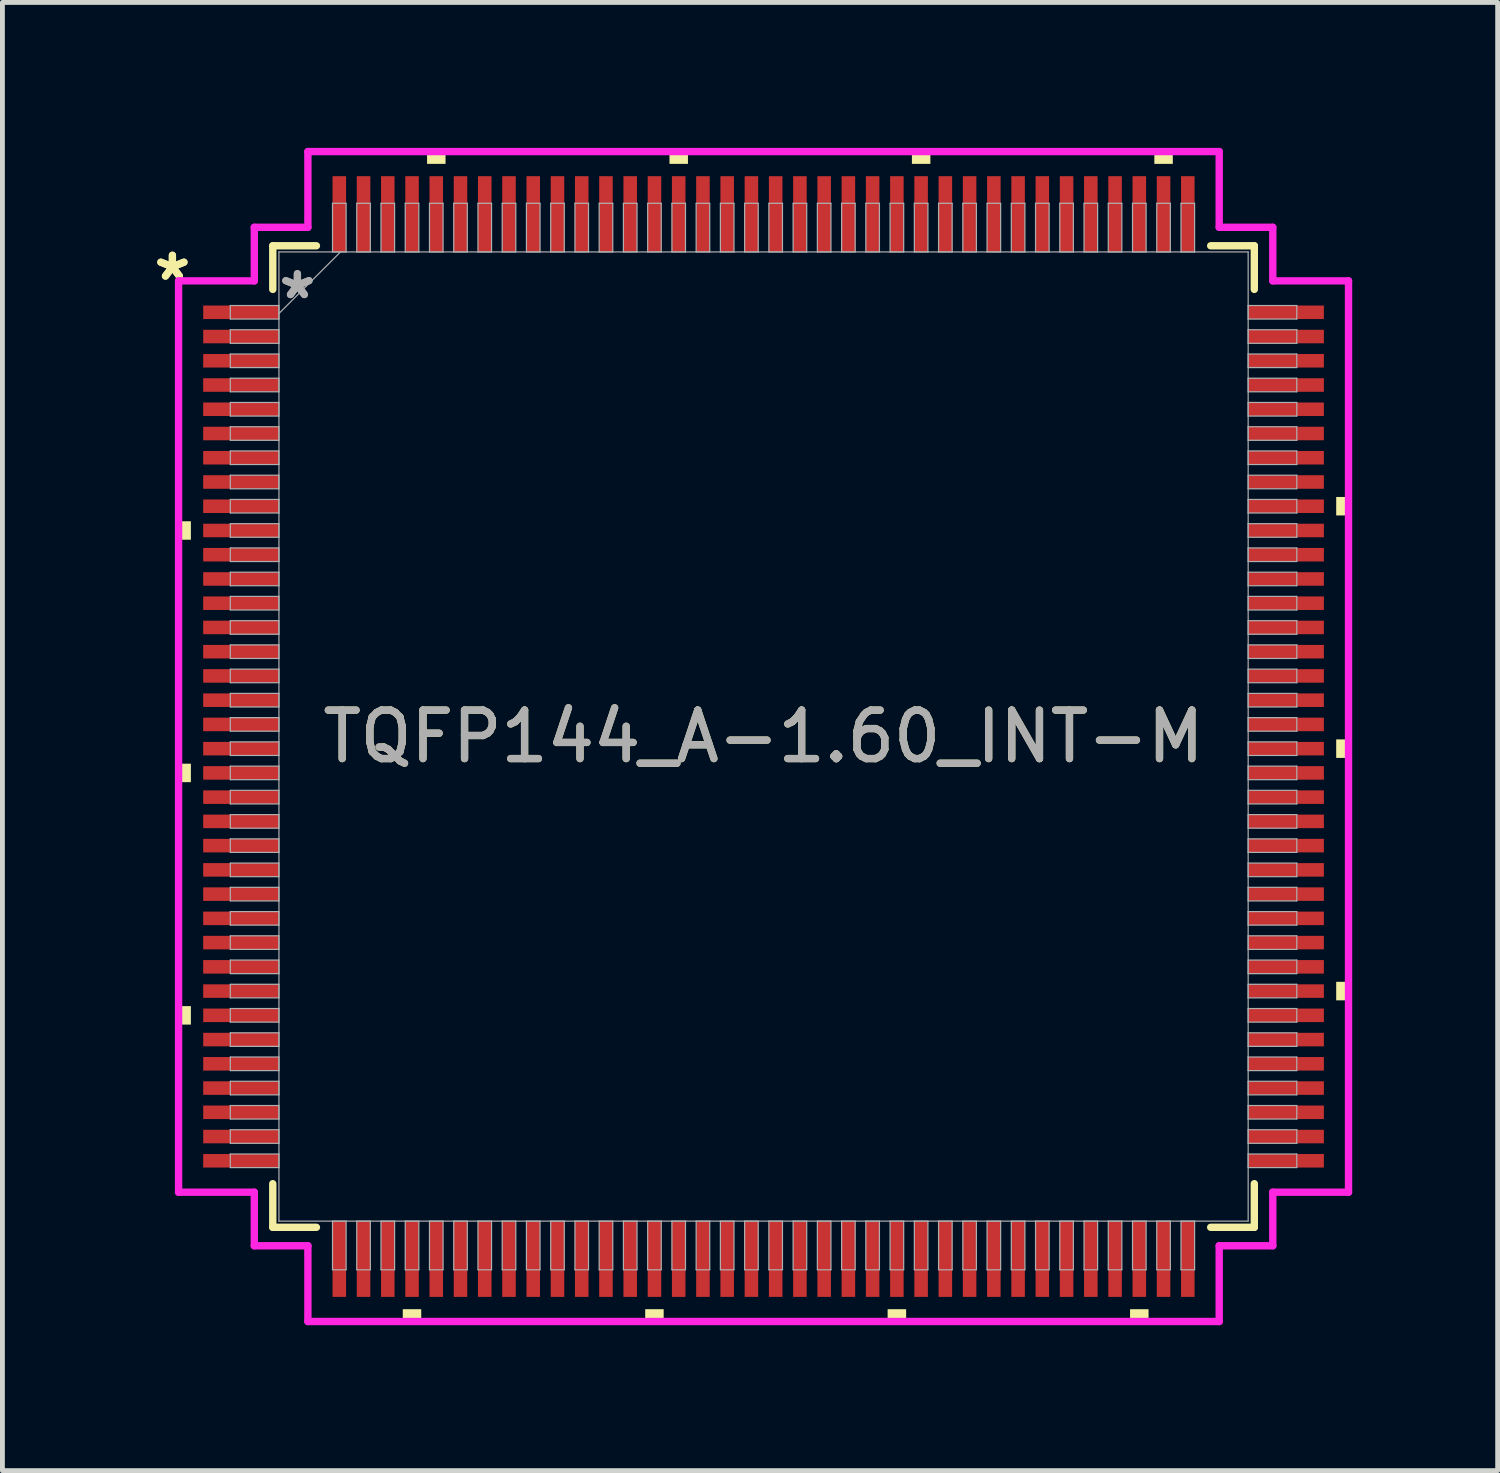
<source format=kicad_pcb>
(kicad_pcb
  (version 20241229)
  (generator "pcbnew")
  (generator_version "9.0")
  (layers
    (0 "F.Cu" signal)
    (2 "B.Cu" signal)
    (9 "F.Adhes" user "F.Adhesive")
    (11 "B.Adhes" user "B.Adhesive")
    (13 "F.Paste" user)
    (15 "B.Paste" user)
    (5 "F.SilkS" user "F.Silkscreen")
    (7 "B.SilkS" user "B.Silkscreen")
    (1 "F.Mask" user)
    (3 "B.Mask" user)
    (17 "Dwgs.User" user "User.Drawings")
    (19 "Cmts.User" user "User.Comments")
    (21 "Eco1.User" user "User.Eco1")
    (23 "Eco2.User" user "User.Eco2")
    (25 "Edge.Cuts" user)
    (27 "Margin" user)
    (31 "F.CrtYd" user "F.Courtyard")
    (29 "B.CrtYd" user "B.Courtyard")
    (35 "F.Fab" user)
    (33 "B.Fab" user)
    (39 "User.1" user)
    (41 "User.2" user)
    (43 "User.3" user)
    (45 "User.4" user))
  (footprint "TQFP144_A-1.60_INT-M"
    (layer "F.Cu")
    (at 12.698 12.141)
    (property "Reference" "TQFP144_A-1.60_INT-M" (at 0 0 0) (unlocked yes) (layer "F.SilkS") (effects (font (size 1 1) (thickness 0.15))))
    (attr smd)
    (fp_line (start -10.122 -10.122) (end -10.122 -9.222) (stroke (width 0.152) (type solid)) (layer "F.SilkS"))
    (fp_line (start -10.122 9.222) (end -10.122 10.122) (stroke (width 0.152) (type solid)) (layer "F.SilkS"))
    (fp_line (start -10.122 10.122) (end -9.222 10.122) (stroke (width 0.152) (type solid)) (layer "F.SilkS"))
    (fp_line (start -9.222 -10.122) (end -10.122 -10.122) (stroke (width 0.152) (type solid)) (layer "F.SilkS"))
    (fp_line (start 9.222 10.122) (end 10.122 10.122) (stroke (width 0.152) (type solid)) (layer "F.SilkS"))
    (fp_line (start 10.122 -10.122) (end 9.222 -10.122) (stroke (width 0.152) (type solid)) (layer "F.SilkS"))
    (fp_line (start 10.122 -9.222) (end 10.122 -10.122) (stroke (width 0.152) (type solid)) (layer "F.SilkS"))
    (fp_line (start 10.122 10.122) (end 10.122 9.222) (stroke (width 0.152) (type solid)) (layer "F.SilkS"))
    (fp_poly (pts (xy -12.065 -4.44) (xy -12.065 -4.059) (xy -11.811 -4.059) (xy -11.811 -4.44)) (stroke (width 0) (type solid)) (fill yes) (layer "F.SilkS"))
    (fp_poly (pts (xy -12.065 0.56) (xy -12.065 0.941) (xy -11.811 0.941) (xy -11.811 0.56)) (stroke (width 0) (type solid)) (fill yes) (layer "F.SilkS"))
    (fp_poly (pts (xy -12.065 5.56) (xy -12.065 5.941) (xy -11.811 5.941) (xy -11.811 5.56)) (stroke (width 0) (type solid)) (fill yes) (layer "F.SilkS"))
    (fp_poly (pts (xy -7.441 11.811) (xy -7.441 12.065) (xy -7.06 12.065) (xy -7.06 11.811)) (stroke (width 0) (type solid)) (fill yes) (layer "F.SilkS"))
    (fp_poly (pts (xy -6.94 -11.811) (xy -6.94 -12.065) (xy -6.559 -12.065) (xy -6.559 -11.811)) (stroke (width 0) (type solid)) (fill yes) (layer "F.SilkS"))
    (fp_poly (pts (xy -2.441 11.811) (xy -2.441 12.065) (xy -2.06 12.065) (xy -2.06 11.811)) (stroke (width 0) (type solid)) (fill yes) (layer "F.SilkS"))
    (fp_poly (pts (xy -1.94 -11.811) (xy -1.94 -12.065) (xy -1.559 -12.065) (xy -1.559 -11.811)) (stroke (width 0) (type solid)) (fill yes) (layer "F.SilkS"))
    (fp_poly (pts (xy 2.559 11.811) (xy 2.559 12.065) (xy 2.941 12.065) (xy 2.941 11.811)) (stroke (width 0) (type solid)) (fill yes) (layer "F.SilkS"))
    (fp_poly (pts (xy 3.06 -11.811) (xy 3.06 -12.065) (xy 3.441 -12.065) (xy 3.441 -11.811)) (stroke (width 0) (type solid)) (fill yes) (layer "F.SilkS"))
    (fp_poly (pts (xy 7.559 11.811) (xy 7.559 12.065) (xy 7.941 12.065) (xy 7.941 11.811)) (stroke (width 0) (type solid)) (fill yes) (layer "F.SilkS"))
    (fp_poly (pts (xy 8.06 -11.811) (xy 8.06 -12.065) (xy 8.441 -12.065) (xy 8.441 -11.811)) (stroke (width 0) (type solid)) (fill yes) (layer "F.SilkS"))
    (fp_poly (pts (xy 12.065 -4.941) (xy 12.065 -4.56) (xy 11.811 -4.56) (xy 11.811 -4.941)) (stroke (width 0) (type solid)) (fill yes) (layer "F.SilkS"))
    (fp_poly (pts (xy 12.065 0.059) (xy 12.065 0.441) (xy 11.811 0.441) (xy 11.811 0.059)) (stroke (width 0) (type solid)) (fill yes) (layer "F.SilkS"))
    (fp_poly (pts (xy 12.065 5.059) (xy 12.065 5.441) (xy 11.811 5.441) (xy 11.811 5.059)) (stroke (width 0) (type solid)) (fill yes) (layer "F.SilkS"))
    (fp_line (start -12.065 -9.398) (end -10.503 -9.398) (stroke (width 0.152) (type solid)) (layer "F.CrtYd"))
    (fp_line (start -12.065 9.398) (end -12.065 -9.398) (stroke (width 0.152) (type solid)) (layer "F.CrtYd"))
    (fp_line (start -10.503 -10.503) (end -9.398 -10.503) (stroke (width 0.152) (type solid)) (layer "F.CrtYd"))
    (fp_line (start -10.503 -9.398) (end -10.503 -10.503) (stroke (width 0.152) (type solid)) (layer "F.CrtYd"))
    (fp_line (start -10.503 9.398) (end -12.065 9.398) (stroke (width 0.152) (type solid)) (layer "F.CrtYd"))
    (fp_line (start -10.503 10.503) (end -10.503 9.398) (stroke (width 0.152) (type solid)) (layer "F.CrtYd"))
    (fp_line (start -10.503 10.503) (end -9.398 10.503) (stroke (width 0.152) (type solid)) (layer "F.CrtYd"))
    (fp_line (start -9.398 -12.065) (end 9.398 -12.065) (stroke (width 0.152) (type solid)) (layer "F.CrtYd"))
    (fp_line (start -9.398 -10.503) (end -9.398 -12.065) (stroke (width 0.152) (type solid)) (layer "F.CrtYd"))
    (fp_line (start -9.398 10.503) (end -9.398 12.065) (stroke (width 0.152) (type solid)) (layer "F.CrtYd"))
    (fp_line (start -9.398 12.065) (end 9.398 12.065) (stroke (width 0.152) (type solid)) (layer "F.CrtYd"))
    (fp_line (start 9.398 -12.065) (end 9.398 -10.503) (stroke (width 0.152) (type solid)) (layer "F.CrtYd"))
    (fp_line (start 9.398 -10.503) (end 10.503 -10.503) (stroke (width 0.152) (type solid)) (layer "F.CrtYd"))
    (fp_line (start 9.398 10.503) (end 10.503 10.503) (stroke (width 0.152) (type solid)) (layer "F.CrtYd"))
    (fp_line (start 9.398 12.065) (end 9.398 10.503) (stroke (width 0.152) (type solid)) (layer "F.CrtYd"))
    (fp_line (start 10.503 -9.398) (end 10.503 -10.503) (stroke (width 0.152) (type solid)) (layer "F.CrtYd"))
    (fp_line (start 10.503 9.398) (end 12.065 9.398) (stroke (width 0.152) (type solid)) (layer "F.CrtYd"))
    (fp_line (start 10.503 10.503) (end 10.503 9.398) (stroke (width 0.152) (type solid)) (layer "F.CrtYd"))
    (fp_line (start 12.065 -9.398) (end 10.503 -9.398) (stroke (width 0.152) (type solid)) (layer "F.CrtYd"))
    (fp_line (start 12.065 9.398) (end 12.065 -9.398) (stroke (width 0.152) (type solid)) (layer "F.CrtYd"))
    (fp_line (start -10.998 -8.89) (end -10.998 -8.61) (stroke (width 0.025) (type solid)) (layer "F.Fab"))
    (fp_line (start -10.998 -8.61) (end -9.995 -8.61) (stroke (width 0.025) (type solid)) (layer "F.Fab"))
    (fp_line (start -10.998 -8.39) (end -10.998 -8.11) (stroke (width 0.025) (type solid)) (layer "F.Fab"))
    (fp_line (start -10.998 -8.11) (end -9.995 -8.11) (stroke (width 0.025) (type solid)) (layer "F.Fab"))
    (fp_line (start -10.998 -7.89) (end -10.998 -7.61) (stroke (width 0.025) (type solid)) (layer "F.Fab"))
    (fp_line (start -10.998 -7.61) (end -9.995 -7.61) (stroke (width 0.025) (type solid)) (layer "F.Fab"))
    (fp_line (start -10.998 -7.39) (end -10.998 -7.11) (stroke (width 0.025) (type solid)) (layer "F.Fab"))
    (fp_line (start -10.998 -7.11) (end -9.995 -7.11) (stroke (width 0.025) (type solid)) (layer "F.Fab"))
    (fp_line (start -10.998 -6.89) (end -10.998 -6.61) (stroke (width 0.025) (type solid)) (layer "F.Fab"))
    (fp_line (start -10.998 -6.61) (end -9.995 -6.61) (stroke (width 0.025) (type solid)) (layer "F.Fab"))
    (fp_line (start -10.998 -6.39) (end -10.998 -6.11) (stroke (width 0.025) (type solid)) (layer "F.Fab"))
    (fp_line (start -10.998 -6.11) (end -9.995 -6.11) (stroke (width 0.025) (type solid)) (layer "F.Fab"))
    (fp_line (start -10.998 -5.89) (end -10.998 -5.61) (stroke (width 0.025) (type solid)) (layer "F.Fab"))
    (fp_line (start -10.998 -5.61) (end -9.995 -5.61) (stroke (width 0.025) (type solid)) (layer "F.Fab"))
    (fp_line (start -10.998 -5.39) (end -10.998 -5.11) (stroke (width 0.025) (type solid)) (layer "F.Fab"))
    (fp_line (start -10.998 -5.11) (end -9.995 -5.11) (stroke (width 0.025) (type solid)) (layer "F.Fab"))
    (fp_line (start -10.998 -4.89) (end -10.998 -4.61) (stroke (width 0.025) (type solid)) (layer "F.Fab"))
    (fp_line (start -10.998 -4.61) (end -9.995 -4.61) (stroke (width 0.025) (type solid)) (layer "F.Fab"))
    (fp_line (start -10.998 -4.39) (end -10.998 -4.11) (stroke (width 0.025) (type solid)) (layer "F.Fab"))
    (fp_line (start -10.998 -4.11) (end -9.995 -4.11) (stroke (width 0.025) (type solid)) (layer "F.Fab"))
    (fp_line (start -10.998 -3.89) (end -10.998 -3.61) (stroke (width 0.025) (type solid)) (layer "F.Fab"))
    (fp_line (start -10.998 -3.61) (end -9.995 -3.61) (stroke (width 0.025) (type solid)) (layer "F.Fab"))
    (fp_line (start -10.998 -3.39) (end -10.998 -3.11) (stroke (width 0.025) (type solid)) (layer "F.Fab"))
    (fp_line (start -10.998 -3.11) (end -9.995 -3.11) (stroke (width 0.025) (type solid)) (layer "F.Fab"))
    (fp_line (start -10.998 -2.89) (end -10.998 -2.61) (stroke (width 0.025) (type solid)) (layer "F.Fab"))
    (fp_line (start -10.998 -2.61) (end -9.995 -2.61) (stroke (width 0.025) (type solid)) (layer "F.Fab"))
    (fp_line (start -10.998 -2.39) (end -10.998 -2.11) (stroke (width 0.025) (type solid)) (layer "F.Fab"))
    (fp_line (start -10.998 -2.11) (end -9.995 -2.11) (stroke (width 0.025) (type solid)) (layer "F.Fab"))
    (fp_line (start -10.998 -1.89) (end -10.998 -1.61) (stroke (width 0.025) (type solid)) (layer "F.Fab"))
    (fp_line (start -10.998 -1.61) (end -9.995 -1.61) (stroke (width 0.025) (type solid)) (layer "F.Fab"))
    (fp_line (start -10.998 -1.39) (end -10.998 -1.11) (stroke (width 0.025) (type solid)) (layer "F.Fab"))
    (fp_line (start -10.998 -1.11) (end -9.995 -1.11) (stroke (width 0.025) (type solid)) (layer "F.Fab"))
    (fp_line (start -10.998 -0.89) (end -10.998 -0.61) (stroke (width 0.025) (type solid)) (layer "F.Fab"))
    (fp_line (start -10.998 -0.61) (end -9.995 -0.61) (stroke (width 0.025) (type solid)) (layer "F.Fab"))
    (fp_line (start -10.998 -0.39) (end -10.998 -0.11) (stroke (width 0.025) (type solid)) (layer "F.Fab"))
    (fp_line (start -10.998 -0.11) (end -9.995 -0.11) (stroke (width 0.025) (type solid)) (layer "F.Fab"))
    (fp_line (start -10.998 0.11) (end -10.998 0.39) (stroke (width 0.025) (type solid)) (layer "F.Fab"))
    (fp_line (start -10.998 0.39) (end -9.995 0.39) (stroke (width 0.025) (type solid)) (layer "F.Fab"))
    (fp_line (start -10.998 0.61) (end -10.998 0.89) (stroke (width 0.025) (type solid)) (layer "F.Fab"))
    (fp_line (start -10.998 0.89) (end -9.995 0.89) (stroke (width 0.025) (type solid)) (layer "F.Fab"))
    (fp_line (start -10.998 1.11) (end -10.998 1.39) (stroke (width 0.025) (type solid)) (layer "F.Fab"))
    (fp_line (start -10.998 1.39) (end -9.995 1.39) (stroke (width 0.025) (type solid)) (layer "F.Fab"))
    (fp_line (start -10.998 1.61) (end -10.998 1.89) (stroke (width 0.025) (type solid)) (layer "F.Fab"))
    (fp_line (start -10.998 1.89) (end -9.995 1.89) (stroke (width 0.025) (type solid)) (layer "F.Fab"))
    (fp_line (start -10.998 2.11) (end -10.998 2.39) (stroke (width 0.025) (type solid)) (layer "F.Fab"))
    (fp_line (start -10.998 2.39) (end -9.995 2.39) (stroke (width 0.025) (type solid)) (layer "F.Fab"))
    (fp_line (start -10.998 2.61) (end -10.998 2.89) (stroke (width 0.025) (type solid)) (layer "F.Fab"))
    (fp_line (start -10.998 2.89) (end -9.995 2.89) (stroke (width 0.025) (type solid)) (layer "F.Fab"))
    (fp_line (start -10.998 3.11) (end -10.998 3.39) (stroke (width 0.025) (type solid)) (layer "F.Fab"))
    (fp_line (start -10.998 3.39) (end -9.995 3.39) (stroke (width 0.025) (type solid)) (layer "F.Fab"))
    (fp_line (start -10.998 3.61) (end -10.998 3.89) (stroke (width 0.025) (type solid)) (layer "F.Fab"))
    (fp_line (start -10.998 3.89) (end -9.995 3.89) (stroke (width 0.025) (type solid)) (layer "F.Fab"))
    (fp_line (start -10.998 4.11) (end -10.998 4.39) (stroke (width 0.025) (type solid)) (layer "F.Fab"))
    (fp_line (start -10.998 4.39) (end -9.995 4.39) (stroke (width 0.025) (type solid)) (layer "F.Fab"))
    (fp_line (start -10.998 4.61) (end -10.998 4.89) (stroke (width 0.025) (type solid)) (layer "F.Fab"))
    (fp_line (start -10.998 4.89) (end -9.995 4.89) (stroke (width 0.025) (type solid)) (layer "F.Fab"))
    (fp_line (start -10.998 5.11) (end -10.998 5.39) (stroke (width 0.025) (type solid)) (layer "F.Fab"))
    (fp_line (start -10.998 5.39) (end -9.995 5.39) (stroke (width 0.025) (type solid)) (layer "F.Fab"))
    (fp_line (start -10.998 5.61) (end -10.998 5.89) (stroke (width 0.025) (type solid)) (layer "F.Fab"))
    (fp_line (start -10.998 5.89) (end -9.995 5.89) (stroke (width 0.025) (type solid)) (layer "F.Fab"))
    (fp_line (start -10.998 6.11) (end -10.998 6.39) (stroke (width 0.025) (type solid)) (layer "F.Fab"))
    (fp_line (start -10.998 6.39) (end -9.995 6.39) (stroke (width 0.025) (type solid)) (layer "F.Fab"))
    (fp_line (start -10.998 6.61) (end -10.998 6.89) (stroke (width 0.025) (type solid)) (layer "F.Fab"))
    (fp_line (start -10.998 6.89) (end -9.995 6.89) (stroke (width 0.025) (type solid)) (layer "F.Fab"))
    (fp_line (start -10.998 7.11) (end -10.998 7.39) (stroke (width 0.025) (type solid)) (layer "F.Fab"))
    (fp_line (start -10.998 7.39) (end -9.995 7.39) (stroke (width 0.025) (type solid)) (layer "F.Fab"))
    (fp_line (start -10.998 7.61) (end -10.998 7.89) (stroke (width 0.025) (type solid)) (layer "F.Fab"))
    (fp_line (start -10.998 7.89) (end -9.995 7.89) (stroke (width 0.025) (type solid)) (layer "F.Fab"))
    (fp_line (start -10.998 8.11) (end -10.998 8.39) (stroke (width 0.025) (type solid)) (layer "F.Fab"))
    (fp_line (start -10.998 8.39) (end -9.995 8.39) (stroke (width 0.025) (type solid)) (layer "F.Fab"))
    (fp_line (start -10.998 8.61) (end -10.998 8.89) (stroke (width 0.025) (type solid)) (layer "F.Fab"))
    (fp_line (start -10.998 8.89) (end -9.995 8.89) (stroke (width 0.025) (type solid)) (layer "F.Fab"))
    (fp_line (start -9.995 -9.995) (end -9.995 9.995) (stroke (width 0.025) (type solid)) (layer "F.Fab"))
    (fp_line (start -9.995 -8.89) (end -10.998 -8.89) (stroke (width 0.025) (type solid)) (layer "F.Fab"))
    (fp_line (start -9.995 -8.725) (end -8.725 -9.995) (stroke (width 0.025) (type solid)) (layer "F.Fab"))
    (fp_line (start -9.995 -8.61) (end -9.995 -8.89) (stroke (width 0.025) (type solid)) (layer "F.Fab"))
    (fp_line (start -9.995 -8.39) (end -10.998 -8.39) (stroke (width 0.025) (type solid)) (layer "F.Fab"))
    (fp_line (start -9.995 -8.11) (end -9.995 -8.39) (stroke (width 0.025) (type solid)) (layer "F.Fab"))
    (fp_line (start -9.995 -7.89) (end -10.998 -7.89) (stroke (width 0.025) (type solid)) (layer "F.Fab"))
    (fp_line (start -9.995 -7.61) (end -9.995 -7.89) (stroke (width 0.025) (type solid)) (layer "F.Fab"))
    (fp_line (start -9.995 -7.39) (end -10.998 -7.39) (stroke (width 0.025) (type solid)) (layer "F.Fab"))
    (fp_line (start -9.995 -7.11) (end -9.995 -7.39) (stroke (width 0.025) (type solid)) (layer "F.Fab"))
    (fp_line (start -9.995 -6.89) (end -10.998 -6.89) (stroke (width 0.025) (type solid)) (layer "F.Fab"))
    (fp_line (start -9.995 -6.61) (end -9.995 -6.89) (stroke (width 0.025) (type solid)) (layer "F.Fab"))
    (fp_line (start -9.995 -6.39) (end -10.998 -6.39) (stroke (width 0.025) (type solid)) (layer "F.Fab"))
    (fp_line (start -9.995 -6.11) (end -9.995 -6.39) (stroke (width 0.025) (type solid)) (layer "F.Fab"))
    (fp_line (start -9.995 -5.89) (end -10.998 -5.89) (stroke (width 0.025) (type solid)) (layer "F.Fab"))
    (fp_line (start -9.995 -5.61) (end -9.995 -5.89) (stroke (width 0.025) (type solid)) (layer "F.Fab"))
    (fp_line (start -9.995 -5.39) (end -10.998 -5.39) (stroke (width 0.025) (type solid)) (layer "F.Fab"))
    (fp_line (start -9.995 -5.11) (end -9.995 -5.39) (stroke (width 0.025) (type solid)) (layer "F.Fab"))
    (fp_line (start -9.995 -4.89) (end -10.998 -4.89) (stroke (width 0.025) (type solid)) (layer "F.Fab"))
    (fp_line (start -9.995 -4.61) (end -9.995 -4.89) (stroke (width 0.025) (type solid)) (layer "F.Fab"))
    (fp_line (start -9.995 -4.39) (end -10.998 -4.39) (stroke (width 0.025) (type solid)) (layer "F.Fab"))
    (fp_line (start -9.995 -4.11) (end -9.995 -4.39) (stroke (width 0.025) (type solid)) (layer "F.Fab"))
    (fp_line (start -9.995 -3.89) (end -10.998 -3.89) (stroke (width 0.025) (type solid)) (layer "F.Fab"))
    (fp_line (start -9.995 -3.61) (end -9.995 -3.89) (stroke (width 0.025) (type solid)) (layer "F.Fab"))
    (fp_line (start -9.995 -3.39) (end -10.998 -3.39) (stroke (width 0.025) (type solid)) (layer "F.Fab"))
    (fp_line (start -9.995 -3.11) (end -9.995 -3.39) (stroke (width 0.025) (type solid)) (layer "F.Fab"))
    (fp_line (start -9.995 -2.89) (end -10.998 -2.89) (stroke (width 0.025) (type solid)) (layer "F.Fab"))
    (fp_line (start -9.995 -2.61) (end -9.995 -2.89) (stroke (width 0.025) (type solid)) (layer "F.Fab"))
    (fp_line (start -9.995 -2.39) (end -10.998 -2.39) (stroke (width 0.025) (type solid)) (layer "F.Fab"))
    (fp_line (start -9.995 -2.11) (end -9.995 -2.39) (stroke (width 0.025) (type solid)) (layer "F.Fab"))
    (fp_line (start -9.995 -1.89) (end -10.998 -1.89) (stroke (width 0.025) (type solid)) (layer "F.Fab"))
    (fp_line (start -9.995 -1.61) (end -9.995 -1.89) (stroke (width 0.025) (type solid)) (layer "F.Fab"))
    (fp_line (start -9.995 -1.39) (end -10.998 -1.39) (stroke (width 0.025) (type solid)) (layer "F.Fab"))
    (fp_line (start -9.995 -1.11) (end -9.995 -1.39) (stroke (width 0.025) (type solid)) (layer "F.Fab"))
    (fp_line (start -9.995 -0.89) (end -10.998 -0.89) (stroke (width 0.025) (type solid)) (layer "F.Fab"))
    (fp_line (start -9.995 -0.61) (end -9.995 -0.89) (stroke (width 0.025) (type solid)) (layer "F.Fab"))
    (fp_line (start -9.995 -0.39) (end -10.998 -0.39) (stroke (width 0.025) (type solid)) (layer "F.Fab"))
    (fp_line (start -9.995 -0.11) (end -9.995 -0.39) (stroke (width 0.025) (type solid)) (layer "F.Fab"))
    (fp_line (start -9.995 0.11) (end -10.998 0.11) (stroke (width 0.025) (type solid)) (layer "F.Fab"))
    (fp_line (start -9.995 0.39) (end -9.995 0.11) (stroke (width 0.025) (type solid)) (layer "F.Fab"))
    (fp_line (start -9.995 0.61) (end -10.998 0.61) (stroke (width 0.025) (type solid)) (layer "F.Fab"))
    (fp_line (start -9.995 0.89) (end -9.995 0.61) (stroke (width 0.025) (type solid)) (layer "F.Fab"))
    (fp_line (start -9.995 1.11) (end -10.998 1.11) (stroke (width 0.025) (type solid)) (layer "F.Fab"))
    (fp_line (start -9.995 1.39) (end -9.995 1.11) (stroke (width 0.025) (type solid)) (layer "F.Fab"))
    (fp_line (start -9.995 1.61) (end -10.998 1.61) (stroke (width 0.025) (type solid)) (layer "F.Fab"))
    (fp_line (start -9.995 1.89) (end -9.995 1.61) (stroke (width 0.025) (type solid)) (layer "F.Fab"))
    (fp_line (start -9.995 2.11) (end -10.998 2.11) (stroke (width 0.025) (type solid)) (layer "F.Fab"))
    (fp_line (start -9.995 2.39) (end -9.995 2.11) (stroke (width 0.025) (type solid)) (layer "F.Fab"))
    (fp_line (start -9.995 2.61) (end -10.998 2.61) (stroke (width 0.025) (type solid)) (layer "F.Fab"))
    (fp_line (start -9.995 2.89) (end -9.995 2.61) (stroke (width 0.025) (type solid)) (layer "F.Fab"))
    (fp_line (start -9.995 3.11) (end -10.998 3.11) (stroke (width 0.025) (type solid)) (layer "F.Fab"))
    (fp_line (start -9.995 3.39) (end -9.995 3.11) (stroke (width 0.025) (type solid)) (layer "F.Fab"))
    (fp_line (start -9.995 3.61) (end -10.998 3.61) (stroke (width 0.025) (type solid)) (layer "F.Fab"))
    (fp_line (start -9.995 3.89) (end -9.995 3.61) (stroke (width 0.025) (type solid)) (layer "F.Fab"))
    (fp_line (start -9.995 4.11) (end -10.998 4.11) (stroke (width 0.025) (type solid)) (layer "F.Fab"))
    (fp_line (start -9.995 4.39) (end -9.995 4.11) (stroke (width 0.025) (type solid)) (layer "F.Fab"))
    (fp_line (start -9.995 4.61) (end -10.998 4.61) (stroke (width 0.025) (type solid)) (layer "F.Fab"))
    (fp_line (start -9.995 4.89) (end -9.995 4.61) (stroke (width 0.025) (type solid)) (layer "F.Fab"))
    (fp_line (start -9.995 5.11) (end -10.998 5.11) (stroke (width 0.025) (type solid)) (layer "F.Fab"))
    (fp_line (start -9.995 5.39) (end -9.995 5.11) (stroke (width 0.025) (type solid)) (layer "F.Fab"))
    (fp_line (start -9.995 5.61) (end -10.998 5.61) (stroke (width 0.025) (type solid)) (layer "F.Fab"))
    (fp_line (start -9.995 5.89) (end -9.995 5.61) (stroke (width 0.025) (type solid)) (layer "F.Fab"))
    (fp_line (start -9.995 6.11) (end -10.998 6.11) (stroke (width 0.025) (type solid)) (layer "F.Fab"))
    (fp_line (start -9.995 6.39) (end -9.995 6.11) (stroke (width 0.025) (type solid)) (layer "F.Fab"))
    (fp_line (start -9.995 6.61) (end -10.998 6.61) (stroke (width 0.025) (type solid)) (layer "F.Fab"))
    (fp_line (start -9.995 6.89) (end -9.995 6.61) (stroke (width 0.025) (type solid)) (layer "F.Fab"))
    (fp_line (start -9.995 7.11) (end -10.998 7.11) (stroke (width 0.025) (type solid)) (layer "F.Fab"))
    (fp_line (start -9.995 7.39) (end -9.995 7.11) (stroke (width 0.025) (type solid)) (layer "F.Fab"))
    (fp_line (start -9.995 7.61) (end -10.998 7.61) (stroke (width 0.025) (type solid)) (layer "F.Fab"))
    (fp_line (start -9.995 7.89) (end -9.995 7.61) (stroke (width 0.025) (type solid)) (layer "F.Fab"))
    (fp_line (start -9.995 8.11) (end -10.998 8.11) (stroke (width 0.025) (type solid)) (layer "F.Fab"))
    (fp_line (start -9.995 8.39) (end -9.995 8.11) (stroke (width 0.025) (type solid)) (layer "F.Fab"))
    (fp_line (start -9.995 8.61) (end -10.998 8.61) (stroke (width 0.025) (type solid)) (layer "F.Fab"))
    (fp_line (start -9.995 8.89) (end -9.995 8.61) (stroke (width 0.025) (type solid)) (layer "F.Fab"))
    (fp_line (start -9.995 9.995) (end 9.995 9.995) (stroke (width 0.025) (type solid)) (layer "F.Fab"))
    (fp_line (start -8.89 -10.998) (end -8.89 -9.995) (stroke (width 0.025) (type solid)) (layer "F.Fab"))
    (fp_line (start -8.89 -9.995) (end -8.61 -9.995) (stroke (width 0.025) (type solid)) (layer "F.Fab"))
    (fp_line (start -8.89 9.995) (end -8.89 10.998) (stroke (width 0.025) (type solid)) (layer "F.Fab"))
    (fp_line (start -8.89 10.998) (end -8.61 10.998) (stroke (width 0.025) (type solid)) (layer "F.Fab"))
    (fp_line (start -8.61 -10.998) (end -8.89 -10.998) (stroke (width 0.025) (type solid)) (layer "F.Fab"))
    (fp_line (start -8.61 -9.995) (end -8.61 -10.998) (stroke (width 0.025) (type solid)) (layer "F.Fab"))
    (fp_line (start -8.61 9.995) (end -8.89 9.995) (stroke (width 0.025) (type solid)) (layer "F.Fab"))
    (fp_line (start -8.61 10.998) (end -8.61 9.995) (stroke (width 0.025) (type solid)) (layer "F.Fab"))
    (fp_line (start -8.39 -10.998) (end -8.39 -9.995) (stroke (width 0.025) (type solid)) (layer "F.Fab"))
    (fp_line (start -8.39 -9.995) (end -8.11 -9.995) (stroke (width 0.025) (type solid)) (layer "F.Fab"))
    (fp_line (start -8.39 9.995) (end -8.39 10.998) (stroke (width 0.025) (type solid)) (layer "F.Fab"))
    (fp_line (start -8.39 10.998) (end -8.11 10.998) (stroke (width 0.025) (type solid)) (layer "F.Fab"))
    (fp_line (start -8.11 -10.998) (end -8.39 -10.998) (stroke (width 0.025) (type solid)) (layer "F.Fab"))
    (fp_line (start -8.11 -9.995) (end -8.11 -10.998) (stroke (width 0.025) (type solid)) (layer "F.Fab"))
    (fp_line (start -8.11 9.995) (end -8.39 9.995) (stroke (width 0.025) (type solid)) (layer "F.Fab"))
    (fp_line (start -8.11 10.998) (end -8.11 9.995) (stroke (width 0.025) (type solid)) (layer "F.Fab"))
    (fp_line (start -7.89 -10.998) (end -7.89 -9.995) (stroke (width 0.025) (type solid)) (layer "F.Fab"))
    (fp_line (start -7.89 -9.995) (end -7.61 -9.995) (stroke (width 0.025) (type solid)) (layer "F.Fab"))
    (fp_line (start -7.89 9.995) (end -7.89 10.998) (stroke (width 0.025) (type solid)) (layer "F.Fab"))
    (fp_line (start -7.89 10.998) (end -7.61 10.998) (stroke (width 0.025) (type solid)) (layer "F.Fab"))
    (fp_line (start -7.61 -10.998) (end -7.89 -10.998) (stroke (width 0.025) (type solid)) (layer "F.Fab"))
    (fp_line (start -7.61 -9.995) (end -7.61 -10.998) (stroke (width 0.025) (type solid)) (layer "F.Fab"))
    (fp_line (start -7.61 9.995) (end -7.89 9.995) (stroke (width 0.025) (type solid)) (layer "F.Fab"))
    (fp_line (start -7.61 10.998) (end -7.61 9.995) (stroke (width 0.025) (type solid)) (layer "F.Fab"))
    (fp_line (start -7.39 -10.998) (end -7.39 -9.995) (stroke (width 0.025) (type solid)) (layer "F.Fab"))
    (fp_line (start -7.39 -9.995) (end -7.11 -9.995) (stroke (width 0.025) (type solid)) (layer "F.Fab"))
    (fp_line (start -7.39 9.995) (end -7.39 10.998) (stroke (width 0.025) (type solid)) (layer "F.Fab"))
    (fp_line (start -7.39 10.998) (end -7.11 10.998) (stroke (width 0.025) (type solid)) (layer "F.Fab"))
    (fp_line (start -7.11 -10.998) (end -7.39 -10.998) (stroke (width 0.025) (type solid)) (layer "F.Fab"))
    (fp_line (start -7.11 -9.995) (end -7.11 -10.998) (stroke (width 0.025) (type solid)) (layer "F.Fab"))
    (fp_line (start -7.11 9.995) (end -7.39 9.995) (stroke (width 0.025) (type solid)) (layer "F.Fab"))
    (fp_line (start -7.11 10.998) (end -7.11 9.995) (stroke (width 0.025) (type solid)) (layer "F.Fab"))
    (fp_line (start -6.89 -10.998) (end -6.89 -9.995) (stroke (width 0.025) (type solid)) (layer "F.Fab"))
    (fp_line (start -6.89 -9.995) (end -6.61 -9.995) (stroke (width 0.025) (type solid)) (layer "F.Fab"))
    (fp_line (start -6.89 9.995) (end -6.89 10.998) (stroke (width 0.025) (type solid)) (layer "F.Fab"))
    (fp_line (start -6.89 10.998) (end -6.61 10.998) (stroke (width 0.025) (type solid)) (layer "F.Fab"))
    (fp_line (start -6.61 -10.998) (end -6.89 -10.998) (stroke (width 0.025) (type solid)) (layer "F.Fab"))
    (fp_line (start -6.61 -9.995) (end -6.61 -10.998) (stroke (width 0.025) (type solid)) (layer "F.Fab"))
    (fp_line (start -6.61 9.995) (end -6.89 9.995) (stroke (width 0.025) (type solid)) (layer "F.Fab"))
    (fp_line (start -6.61 10.998) (end -6.61 9.995) (stroke (width 0.025) (type solid)) (layer "F.Fab"))
    (fp_line (start -6.39 -10.998) (end -6.39 -9.995) (stroke (width 0.025) (type solid)) (layer "F.Fab"))
    (fp_line (start -6.39 -9.995) (end -6.11 -9.995) (stroke (width 0.025) (type solid)) (layer "F.Fab"))
    (fp_line (start -6.39 9.995) (end -6.39 10.998) (stroke (width 0.025) (type solid)) (layer "F.Fab"))
    (fp_line (start -6.39 10.998) (end -6.11 10.998) (stroke (width 0.025) (type solid)) (layer "F.Fab"))
    (fp_line (start -6.11 -10.998) (end -6.39 -10.998) (stroke (width 0.025) (type solid)) (layer "F.Fab"))
    (fp_line (start -6.11 -9.995) (end -6.11 -10.998) (stroke (width 0.025) (type solid)) (layer "F.Fab"))
    (fp_line (start -6.11 9.995) (end -6.39 9.995) (stroke (width 0.025) (type solid)) (layer "F.Fab"))
    (fp_line (start -6.11 10.998) (end -6.11 9.995) (stroke (width 0.025) (type solid)) (layer "F.Fab"))
    (fp_line (start -5.89 -10.998) (end -5.89 -9.995) (stroke (width 0.025) (type solid)) (layer "F.Fab"))
    (fp_line (start -5.89 -9.995) (end -5.61 -9.995) (stroke (width 0.025) (type solid)) (layer "F.Fab"))
    (fp_line (start -5.89 9.995) (end -5.89 10.998) (stroke (width 0.025) (type solid)) (layer "F.Fab"))
    (fp_line (start -5.89 10.998) (end -5.61 10.998) (stroke (width 0.025) (type solid)) (layer "F.Fab"))
    (fp_line (start -5.61 -10.998) (end -5.89 -10.998) (stroke (width 0.025) (type solid)) (layer "F.Fab"))
    (fp_line (start -5.61 -9.995) (end -5.61 -10.998) (stroke (width 0.025) (type solid)) (layer "F.Fab"))
    (fp_line (start -5.61 9.995) (end -5.89 9.995) (stroke (width 0.025) (type solid)) (layer "F.Fab"))
    (fp_line (start -5.61 10.998) (end -5.61 9.995) (stroke (width 0.025) (type solid)) (layer "F.Fab"))
    (fp_line (start -5.39 -10.998) (end -5.39 -9.995) (stroke (width 0.025) (type solid)) (layer "F.Fab"))
    (fp_line (start -5.39 -9.995) (end -5.11 -9.995) (stroke (width 0.025) (type solid)) (layer "F.Fab"))
    (fp_line (start -5.39 9.995) (end -5.39 10.998) (stroke (width 0.025) (type solid)) (layer "F.Fab"))
    (fp_line (start -5.39 10.998) (end -5.11 10.998) (stroke (width 0.025) (type solid)) (layer "F.Fab"))
    (fp_line (start -5.11 -10.998) (end -5.39 -10.998) (stroke (width 0.025) (type solid)) (layer "F.Fab"))
    (fp_line (start -5.11 -9.995) (end -5.11 -10.998) (stroke (width 0.025) (type solid)) (layer "F.Fab"))
    (fp_line (start -5.11 9.995) (end -5.39 9.995) (stroke (width 0.025) (type solid)) (layer "F.Fab"))
    (fp_line (start -5.11 10.998) (end -5.11 9.995) (stroke (width 0.025) (type solid)) (layer "F.Fab"))
    (fp_line (start -4.89 -10.998) (end -4.89 -9.995) (stroke (width 0.025) (type solid)) (layer "F.Fab"))
    (fp_line (start -4.89 -9.995) (end -4.61 -9.995) (stroke (width 0.025) (type solid)) (layer "F.Fab"))
    (fp_line (start -4.89 9.995) (end -4.89 10.998) (stroke (width 0.025) (type solid)) (layer "F.Fab"))
    (fp_line (start -4.89 10.998) (end -4.61 10.998) (stroke (width 0.025) (type solid)) (layer "F.Fab"))
    (fp_line (start -4.61 -10.998) (end -4.89 -10.998) (stroke (width 0.025) (type solid)) (layer "F.Fab"))
    (fp_line (start -4.61 -9.995) (end -4.61 -10.998) (stroke (width 0.025) (type solid)) (layer "F.Fab"))
    (fp_line (start -4.61 9.995) (end -4.89 9.995) (stroke (width 0.025) (type solid)) (layer "F.Fab"))
    (fp_line (start -4.61 10.998) (end -4.61 9.995) (stroke (width 0.025) (type solid)) (layer "F.Fab"))
    (fp_line (start -4.39 -10.998) (end -4.39 -9.995) (stroke (width 0.025) (type solid)) (layer "F.Fab"))
    (fp_line (start -4.39 -9.995) (end -4.11 -9.995) (stroke (width 0.025) (type solid)) (layer "F.Fab"))
    (fp_line (start -4.39 9.995) (end -4.39 10.998) (stroke (width 0.025) (type solid)) (layer "F.Fab"))
    (fp_line (start -4.39 10.998) (end -4.11 10.998) (stroke (width 0.025) (type solid)) (layer "F.Fab"))
    (fp_line (start -4.11 -10.998) (end -4.39 -10.998) (stroke (width 0.025) (type solid)) (layer "F.Fab"))
    (fp_line (start -4.11 -9.995) (end -4.11 -10.998) (stroke (width 0.025) (type solid)) (layer "F.Fab"))
    (fp_line (start -4.11 9.995) (end -4.39 9.995) (stroke (width 0.025) (type solid)) (layer "F.Fab"))
    (fp_line (start -4.11 10.998) (end -4.11 9.995) (stroke (width 0.025) (type solid)) (layer "F.Fab"))
    (fp_line (start -3.89 -10.998) (end -3.89 -9.995) (stroke (width 0.025) (type solid)) (layer "F.Fab"))
    (fp_line (start -3.89 -9.995) (end -3.61 -9.995) (stroke (width 0.025) (type solid)) (layer "F.Fab"))
    (fp_line (start -3.89 9.995) (end -3.89 10.998) (stroke (width 0.025) (type solid)) (layer "F.Fab"))
    (fp_line (start -3.89 10.998) (end -3.61 10.998) (stroke (width 0.025) (type solid)) (layer "F.Fab"))
    (fp_line (start -3.61 -10.998) (end -3.89 -10.998) (stroke (width 0.025) (type solid)) (layer "F.Fab"))
    (fp_line (start -3.61 -9.995) (end -3.61 -10.998) (stroke (width 0.025) (type solid)) (layer "F.Fab"))
    (fp_line (start -3.61 9.995) (end -3.89 9.995) (stroke (width 0.025) (type solid)) (layer "F.Fab"))
    (fp_line (start -3.61 10.998) (end -3.61 9.995) (stroke (width 0.025) (type solid)) (layer "F.Fab"))
    (fp_line (start -3.39 -10.998) (end -3.39 -9.995) (stroke (width 0.025) (type solid)) (layer "F.Fab"))
    (fp_line (start -3.39 -9.995) (end -3.11 -9.995) (stroke (width 0.025) (type solid)) (layer "F.Fab"))
    (fp_line (start -3.39 9.995) (end -3.39 10.998) (stroke (width 0.025) (type solid)) (layer "F.Fab"))
    (fp_line (start -3.39 10.998) (end -3.11 10.998) (stroke (width 0.025) (type solid)) (layer "F.Fab"))
    (fp_line (start -3.11 -10.998) (end -3.39 -10.998) (stroke (width 0.025) (type solid)) (layer "F.Fab"))
    (fp_line (start -3.11 -9.995) (end -3.11 -10.998) (stroke (width 0.025) (type solid)) (layer "F.Fab"))
    (fp_line (start -3.11 9.995) (end -3.39 9.995) (stroke (width 0.025) (type solid)) (layer "F.Fab"))
    (fp_line (start -3.11 10.998) (end -3.11 9.995) (stroke (width 0.025) (type solid)) (layer "F.Fab"))
    (fp_line (start -2.89 -10.998) (end -2.89 -9.995) (stroke (width 0.025) (type solid)) (layer "F.Fab"))
    (fp_line (start -2.89 -9.995) (end -2.61 -9.995) (stroke (width 0.025) (type solid)) (layer "F.Fab"))
    (fp_line (start -2.89 9.995) (end -2.89 10.998) (stroke (width 0.025) (type solid)) (layer "F.Fab"))
    (fp_line (start -2.89 10.998) (end -2.61 10.998) (stroke (width 0.025) (type solid)) (layer "F.Fab"))
    (fp_line (start -2.61 -10.998) (end -2.89 -10.998) (stroke (width 0.025) (type solid)) (layer "F.Fab"))
    (fp_line (start -2.61 -9.995) (end -2.61 -10.998) (stroke (width 0.025) (type solid)) (layer "F.Fab"))
    (fp_line (start -2.61 9.995) (end -2.89 9.995) (stroke (width 0.025) (type solid)) (layer "F.Fab"))
    (fp_line (start -2.61 10.998) (end -2.61 9.995) (stroke (width 0.025) (type solid)) (layer "F.Fab"))
    (fp_line (start -2.39 -10.998) (end -2.39 -9.995) (stroke (width 0.025) (type solid)) (layer "F.Fab"))
    (fp_line (start -2.39 -9.995) (end -2.11 -9.995) (stroke (width 0.025) (type solid)) (layer "F.Fab"))
    (fp_line (start -2.39 9.995) (end -2.39 10.998) (stroke (width 0.025) (type solid)) (layer "F.Fab"))
    (fp_line (start -2.39 10.998) (end -2.11 10.998) (stroke (width 0.025) (type solid)) (layer "F.Fab"))
    (fp_line (start -2.11 -10.998) (end -2.39 -10.998) (stroke (width 0.025) (type solid)) (layer "F.Fab"))
    (fp_line (start -2.11 -9.995) (end -2.11 -10.998) (stroke (width 0.025) (type solid)) (layer "F.Fab"))
    (fp_line (start -2.11 9.995) (end -2.39 9.995) (stroke (width 0.025) (type solid)) (layer "F.Fab"))
    (fp_line (start -2.11 10.998) (end -2.11 9.995) (stroke (width 0.025) (type solid)) (layer "F.Fab"))
    (fp_line (start -1.89 -10.998) (end -1.89 -9.995) (stroke (width 0.025) (type solid)) (layer "F.Fab"))
    (fp_line (start -1.89 -9.995) (end -1.61 -9.995) (stroke (width 0.025) (type solid)) (layer "F.Fab"))
    (fp_line (start -1.89 9.995) (end -1.89 10.998) (stroke (width 0.025) (type solid)) (layer "F.Fab"))
    (fp_line (start -1.89 10.998) (end -1.61 10.998) (stroke (width 0.025) (type solid)) (layer "F.Fab"))
    (fp_line (start -1.61 -10.998) (end -1.89 -10.998) (stroke (width 0.025) (type solid)) (layer "F.Fab"))
    (fp_line (start -1.61 -9.995) (end -1.61 -10.998) (stroke (width 0.025) (type solid)) (layer "F.Fab"))
    (fp_line (start -1.61 9.995) (end -1.89 9.995) (stroke (width 0.025) (type solid)) (layer "F.Fab"))
    (fp_line (start -1.61 10.998) (end -1.61 9.995) (stroke (width 0.025) (type solid)) (layer "F.Fab"))
    (fp_line (start -1.39 -10.998) (end -1.39 -9.995) (stroke (width 0.025) (type solid)) (layer "F.Fab"))
    (fp_line (start -1.39 -9.995) (end -1.11 -9.995) (stroke (width 0.025) (type solid)) (layer "F.Fab"))
    (fp_line (start -1.39 9.995) (end -1.39 10.998) (stroke (width 0.025) (type solid)) (layer "F.Fab"))
    (fp_line (start -1.39 10.998) (end -1.11 10.998) (stroke (width 0.025) (type solid)) (layer "F.Fab"))
    (fp_line (start -1.11 -10.998) (end -1.39 -10.998) (stroke (width 0.025) (type solid)) (layer "F.Fab"))
    (fp_line (start -1.11 -9.995) (end -1.11 -10.998) (stroke (width 0.025) (type solid)) (layer "F.Fab"))
    (fp_line (start -1.11 9.995) (end -1.39 9.995) (stroke (width 0.025) (type solid)) (layer "F.Fab"))
    (fp_line (start -1.11 10.998) (end -1.11 9.995) (stroke (width 0.025) (type solid)) (layer "F.Fab"))
    (fp_line (start -0.89 -10.998) (end -0.89 -9.995) (stroke (width 0.025) (type solid)) (layer "F.Fab"))
    (fp_line (start -0.89 -9.995) (end -0.61 -9.995) (stroke (width 0.025) (type solid)) (layer "F.Fab"))
    (fp_line (start -0.89 9.995) (end -0.89 10.998) (stroke (width 0.025) (type solid)) (layer "F.Fab"))
    (fp_line (start -0.89 10.998) (end -0.61 10.998) (stroke (width 0.025) (type solid)) (layer "F.Fab"))
    (fp_line (start -0.61 -10.998) (end -0.89 -10.998) (stroke (width 0.025) (type solid)) (layer "F.Fab"))
    (fp_line (start -0.61 -9.995) (end -0.61 -10.998) (stroke (width 0.025) (type solid)) (layer "F.Fab"))
    (fp_line (start -0.61 9.995) (end -0.89 9.995) (stroke (width 0.025) (type solid)) (layer "F.Fab"))
    (fp_line (start -0.61 10.998) (end -0.61 9.995) (stroke (width 0.025) (type solid)) (layer "F.Fab"))
    (fp_line (start -0.39 -10.998) (end -0.39 -9.995) (stroke (width 0.025) (type solid)) (layer "F.Fab"))
    (fp_line (start -0.39 -9.995) (end -0.11 -9.995) (stroke (width 0.025) (type solid)) (layer "F.Fab"))
    (fp_line (start -0.39 9.995) (end -0.39 10.998) (stroke (width 0.025) (type solid)) (layer "F.Fab"))
    (fp_line (start -0.39 10.998) (end -0.11 10.998) (stroke (width 0.025) (type solid)) (layer "F.Fab"))
    (fp_line (start -0.11 -10.998) (end -0.39 -10.998) (stroke (width 0.025) (type solid)) (layer "F.Fab"))
    (fp_line (start -0.11 -9.995) (end -0.11 -10.998) (stroke (width 0.025) (type solid)) (layer "F.Fab"))
    (fp_line (start -0.11 9.995) (end -0.39 9.995) (stroke (width 0.025) (type solid)) (layer "F.Fab"))
    (fp_line (start -0.11 10.998) (end -0.11 9.995) (stroke (width 0.025) (type solid)) (layer "F.Fab"))
    (fp_line (start 0.11 -10.998) (end 0.11 -9.995) (stroke (width 0.025) (type solid)) (layer "F.Fab"))
    (fp_line (start 0.11 -9.995) (end 0.39 -9.995) (stroke (width 0.025) (type solid)) (layer "F.Fab"))
    (fp_line (start 0.11 9.995) (end 0.11 10.998) (stroke (width 0.025) (type solid)) (layer "F.Fab"))
    (fp_line (start 0.11 10.998) (end 0.39 10.998) (stroke (width 0.025) (type solid)) (layer "F.Fab"))
    (fp_line (start 0.39 -10.998) (end 0.11 -10.998) (stroke (width 0.025) (type solid)) (layer "F.Fab"))
    (fp_line (start 0.39 -9.995) (end 0.39 -10.998) (stroke (width 0.025) (type solid)) (layer "F.Fab"))
    (fp_line (start 0.39 9.995) (end 0.11 9.995) (stroke (width 0.025) (type solid)) (layer "F.Fab"))
    (fp_line (start 0.39 10.998) (end 0.39 9.995) (stroke (width 0.025) (type solid)) (layer "F.Fab"))
    (fp_line (start 0.61 -10.998) (end 0.61 -9.995) (stroke (width 0.025) (type solid)) (layer "F.Fab"))
    (fp_line (start 0.61 -9.995) (end 0.89 -9.995) (stroke (width 0.025) (type solid)) (layer "F.Fab"))
    (fp_line (start 0.61 9.995) (end 0.61 10.998) (stroke (width 0.025) (type solid)) (layer "F.Fab"))
    (fp_line (start 0.61 10.998) (end 0.89 10.998) (stroke (width 0.025) (type solid)) (layer "F.Fab"))
    (fp_line (start 0.89 -10.998) (end 0.61 -10.998) (stroke (width 0.025) (type solid)) (layer "F.Fab"))
    (fp_line (start 0.89 -9.995) (end 0.89 -10.998) (stroke (width 0.025) (type solid)) (layer "F.Fab"))
    (fp_line (start 0.89 9.995) (end 0.61 9.995) (stroke (width 0.025) (type solid)) (layer "F.Fab"))
    (fp_line (start 0.89 10.998) (end 0.89 9.995) (stroke (width 0.025) (type solid)) (layer "F.Fab"))
    (fp_line (start 1.11 -10.998) (end 1.11 -9.995) (stroke (width 0.025) (type solid)) (layer "F.Fab"))
    (fp_line (start 1.11 -9.995) (end 1.39 -9.995) (stroke (width 0.025) (type solid)) (layer "F.Fab"))
    (fp_line (start 1.11 9.995) (end 1.11 10.998) (stroke (width 0.025) (type solid)) (layer "F.Fab"))
    (fp_line (start 1.11 10.998) (end 1.39 10.998) (stroke (width 0.025) (type solid)) (layer "F.Fab"))
    (fp_line (start 1.39 -10.998) (end 1.11 -10.998) (stroke (width 0.025) (type solid)) (layer "F.Fab"))
    (fp_line (start 1.39 -9.995) (end 1.39 -10.998) (stroke (width 0.025) (type solid)) (layer "F.Fab"))
    (fp_line (start 1.39 9.995) (end 1.11 9.995) (stroke (width 0.025) (type solid)) (layer "F.Fab"))
    (fp_line (start 1.39 10.998) (end 1.39 9.995) (stroke (width 0.025) (type solid)) (layer "F.Fab"))
    (fp_line (start 1.61 -10.998) (end 1.61 -9.995) (stroke (width 0.025) (type solid)) (layer "F.Fab"))
    (fp_line (start 1.61 -9.995) (end 1.89 -9.995) (stroke (width 0.025) (type solid)) (layer "F.Fab"))
    (fp_line (start 1.61 9.995) (end 1.61 10.998) (stroke (width 0.025) (type solid)) (layer "F.Fab"))
    (fp_line (start 1.61 10.998) (end 1.89 10.998) (stroke (width 0.025) (type solid)) (layer "F.Fab"))
    (fp_line (start 1.89 -10.998) (end 1.61 -10.998) (stroke (width 0.025) (type solid)) (layer "F.Fab"))
    (fp_line (start 1.89 -9.995) (end 1.89 -10.998) (stroke (width 0.025) (type solid)) (layer "F.Fab"))
    (fp_line (start 1.89 9.995) (end 1.61 9.995) (stroke (width 0.025) (type solid)) (layer "F.Fab"))
    (fp_line (start 1.89 10.998) (end 1.89 9.995) (stroke (width 0.025) (type solid)) (layer "F.Fab"))
    (fp_line (start 2.11 -10.998) (end 2.11 -9.995) (stroke (width 0.025) (type solid)) (layer "F.Fab"))
    (fp_line (start 2.11 -9.995) (end 2.39 -9.995) (stroke (width 0.025) (type solid)) (layer "F.Fab"))
    (fp_line (start 2.11 9.995) (end 2.11 10.998) (stroke (width 0.025) (type solid)) (layer "F.Fab"))
    (fp_line (start 2.11 10.998) (end 2.39 10.998) (stroke (width 0.025) (type solid)) (layer "F.Fab"))
    (fp_line (start 2.39 -10.998) (end 2.11 -10.998) (stroke (width 0.025) (type solid)) (layer "F.Fab"))
    (fp_line (start 2.39 -9.995) (end 2.39 -10.998) (stroke (width 0.025) (type solid)) (layer "F.Fab"))
    (fp_line (start 2.39 9.995) (end 2.11 9.995) (stroke (width 0.025) (type solid)) (layer "F.Fab"))
    (fp_line (start 2.39 10.998) (end 2.39 9.995) (stroke (width 0.025) (type solid)) (layer "F.Fab"))
    (fp_line (start 2.61 -10.998) (end 2.61 -9.995) (stroke (width 0.025) (type solid)) (layer "F.Fab"))
    (fp_line (start 2.61 -9.995) (end 2.89 -9.995) (stroke (width 0.025) (type solid)) (layer "F.Fab"))
    (fp_line (start 2.61 9.995) (end 2.61 10.998) (stroke (width 0.025) (type solid)) (layer "F.Fab"))
    (fp_line (start 2.61 10.998) (end 2.89 10.998) (stroke (width 0.025) (type solid)) (layer "F.Fab"))
    (fp_line (start 2.89 -10.998) (end 2.61 -10.998) (stroke (width 0.025) (type solid)) (layer "F.Fab"))
    (fp_line (start 2.89 -9.995) (end 2.89 -10.998) (stroke (width 0.025) (type solid)) (layer "F.Fab"))
    (fp_line (start 2.89 9.995) (end 2.61 9.995) (stroke (width 0.025) (type solid)) (layer "F.Fab"))
    (fp_line (start 2.89 10.998) (end 2.89 9.995) (stroke (width 0.025) (type solid)) (layer "F.Fab"))
    (fp_line (start 3.11 -10.998) (end 3.11 -9.995) (stroke (width 0.025) (type solid)) (layer "F.Fab"))
    (fp_line (start 3.11 -9.995) (end 3.39 -9.995) (stroke (width 0.025) (type solid)) (layer "F.Fab"))
    (fp_line (start 3.11 9.995) (end 3.11 10.998) (stroke (width 0.025) (type solid)) (layer "F.Fab"))
    (fp_line (start 3.11 10.998) (end 3.39 10.998) (stroke (width 0.025) (type solid)) (layer "F.Fab"))
    (fp_line (start 3.39 -10.998) (end 3.11 -10.998) (stroke (width 0.025) (type solid)) (layer "F.Fab"))
    (fp_line (start 3.39 -9.995) (end 3.39 -10.998) (stroke (width 0.025) (type solid)) (layer "F.Fab"))
    (fp_line (start 3.39 9.995) (end 3.11 9.995) (stroke (width 0.025) (type solid)) (layer "F.Fab"))
    (fp_line (start 3.39 10.998) (end 3.39 9.995) (stroke (width 0.025) (type solid)) (layer "F.Fab"))
    (fp_line (start 3.61 -10.998) (end 3.61 -9.995) (stroke (width 0.025) (type solid)) (layer "F.Fab"))
    (fp_line (start 3.61 -9.995) (end 3.89 -9.995) (stroke (width 0.025) (type solid)) (layer "F.Fab"))
    (fp_line (start 3.61 9.995) (end 3.61 10.998) (stroke (width 0.025) (type solid)) (layer "F.Fab"))
    (fp_line (start 3.61 10.998) (end 3.89 10.998) (stroke (width 0.025) (type solid)) (layer "F.Fab"))
    (fp_line (start 3.89 -10.998) (end 3.61 -10.998) (stroke (width 0.025) (type solid)) (layer "F.Fab"))
    (fp_line (start 3.89 -9.995) (end 3.89 -10.998) (stroke (width 0.025) (type solid)) (layer "F.Fab"))
    (fp_line (start 3.89 9.995) (end 3.61 9.995) (stroke (width 0.025) (type solid)) (layer "F.Fab"))
    (fp_line (start 3.89 10.998) (end 3.89 9.995) (stroke (width 0.025) (type solid)) (layer "F.Fab"))
    (fp_line (start 4.11 -10.998) (end 4.11 -9.995) (stroke (width 0.025) (type solid)) (layer "F.Fab"))
    (fp_line (start 4.11 -9.995) (end 4.39 -9.995) (stroke (width 0.025) (type solid)) (layer "F.Fab"))
    (fp_line (start 4.11 9.995) (end 4.11 10.998) (stroke (width 0.025) (type solid)) (layer "F.Fab"))
    (fp_line (start 4.11 10.998) (end 4.39 10.998) (stroke (width 0.025) (type solid)) (layer "F.Fab"))
    (fp_line (start 4.39 -10.998) (end 4.11 -10.998) (stroke (width 0.025) (type solid)) (layer "F.Fab"))
    (fp_line (start 4.39 -9.995) (end 4.39 -10.998) (stroke (width 0.025) (type solid)) (layer "F.Fab"))
    (fp_line (start 4.39 9.995) (end 4.11 9.995) (stroke (width 0.025) (type solid)) (layer "F.Fab"))
    (fp_line (start 4.39 10.998) (end 4.39 9.995) (stroke (width 0.025) (type solid)) (layer "F.Fab"))
    (fp_line (start 4.61 -10.998) (end 4.61 -9.995) (stroke (width 0.025) (type solid)) (layer "F.Fab"))
    (fp_line (start 4.61 -9.995) (end 4.89 -9.995) (stroke (width 0.025) (type solid)) (layer "F.Fab"))
    (fp_line (start 4.61 9.995) (end 4.61 10.998) (stroke (width 0.025) (type solid)) (layer "F.Fab"))
    (fp_line (start 4.61 10.998) (end 4.89 10.998) (stroke (width 0.025) (type solid)) (layer "F.Fab"))
    (fp_line (start 4.89 -10.998) (end 4.61 -10.998) (stroke (width 0.025) (type solid)) (layer "F.Fab"))
    (fp_line (start 4.89 -9.995) (end 4.89 -10.998) (stroke (width 0.025) (type solid)) (layer "F.Fab"))
    (fp_line (start 4.89 9.995) (end 4.61 9.995) (stroke (width 0.025) (type solid)) (layer "F.Fab"))
    (fp_line (start 4.89 10.998) (end 4.89 9.995) (stroke (width 0.025) (type solid)) (layer "F.Fab"))
    (fp_line (start 5.11 -10.998) (end 5.11 -9.995) (stroke (width 0.025) (type solid)) (layer "F.Fab"))
    (fp_line (start 5.11 -9.995) (end 5.39 -9.995) (stroke (width 0.025) (type solid)) (layer "F.Fab"))
    (fp_line (start 5.11 9.995) (end 5.11 10.998) (stroke (width 0.025) (type solid)) (layer "F.Fab"))
    (fp_line (start 5.11 10.998) (end 5.39 10.998) (stroke (width 0.025) (type solid)) (layer "F.Fab"))
    (fp_line (start 5.39 -10.998) (end 5.11 -10.998) (stroke (width 0.025) (type solid)) (layer "F.Fab"))
    (fp_line (start 5.39 -9.995) (end 5.39 -10.998) (stroke (width 0.025) (type solid)) (layer "F.Fab"))
    (fp_line (start 5.39 9.995) (end 5.11 9.995) (stroke (width 0.025) (type solid)) (layer "F.Fab"))
    (fp_line (start 5.39 10.998) (end 5.39 9.995) (stroke (width 0.025) (type solid)) (layer "F.Fab"))
    (fp_line (start 5.61 -10.998) (end 5.61 -9.995) (stroke (width 0.025) (type solid)) (layer "F.Fab"))
    (fp_line (start 5.61 -9.995) (end 5.89 -9.995) (stroke (width 0.025) (type solid)) (layer "F.Fab"))
    (fp_line (start 5.61 9.995) (end 5.61 10.998) (stroke (width 0.025) (type solid)) (layer "F.Fab"))
    (fp_line (start 5.61 10.998) (end 5.89 10.998) (stroke (width 0.025) (type solid)) (layer "F.Fab"))
    (fp_line (start 5.89 -10.998) (end 5.61 -10.998) (stroke (width 0.025) (type solid)) (layer "F.Fab"))
    (fp_line (start 5.89 -9.995) (end 5.89 -10.998) (stroke (width 0.025) (type solid)) (layer "F.Fab"))
    (fp_line (start 5.89 9.995) (end 5.61 9.995) (stroke (width 0.025) (type solid)) (layer "F.Fab"))
    (fp_line (start 5.89 10.998) (end 5.89 9.995) (stroke (width 0.025) (type solid)) (layer "F.Fab"))
    (fp_line (start 6.11 -10.998) (end 6.11 -9.995) (stroke (width 0.025) (type solid)) (layer "F.Fab"))
    (fp_line (start 6.11 -9.995) (end 6.39 -9.995) (stroke (width 0.025) (type solid)) (layer "F.Fab"))
    (fp_line (start 6.11 9.995) (end 6.11 10.998) (stroke (width 0.025) (type solid)) (layer "F.Fab"))
    (fp_line (start 6.11 10.998) (end 6.39 10.998) (stroke (width 0.025) (type solid)) (layer "F.Fab"))
    (fp_line (start 6.39 -10.998) (end 6.11 -10.998) (stroke (width 0.025) (type solid)) (layer "F.Fab"))
    (fp_line (start 6.39 -9.995) (end 6.39 -10.998) (stroke (width 0.025) (type solid)) (layer "F.Fab"))
    (fp_line (start 6.39 9.995) (end 6.11 9.995) (stroke (width 0.025) (type solid)) (layer "F.Fab"))
    (fp_line (start 6.39 10.998) (end 6.39 9.995) (stroke (width 0.025) (type solid)) (layer "F.Fab"))
    (fp_line (start 6.61 -10.998) (end 6.61 -9.995) (stroke (width 0.025) (type solid)) (layer "F.Fab"))
    (fp_line (start 6.61 -9.995) (end 6.89 -9.995) (stroke (width 0.025) (type solid)) (layer "F.Fab"))
    (fp_line (start 6.61 9.995) (end 6.61 10.998) (stroke (width 0.025) (type solid)) (layer "F.Fab"))
    (fp_line (start 6.61 10.998) (end 6.89 10.998) (stroke (width 0.025) (type solid)) (layer "F.Fab"))
    (fp_line (start 6.89 -10.998) (end 6.61 -10.998) (stroke (width 0.025) (type solid)) (layer "F.Fab"))
    (fp_line (start 6.89 -9.995) (end 6.89 -10.998) (stroke (width 0.025) (type solid)) (layer "F.Fab"))
    (fp_line (start 6.89 9.995) (end 6.61 9.995) (stroke (width 0.025) (type solid)) (layer "F.Fab"))
    (fp_line (start 6.89 10.998) (end 6.89 9.995) (stroke (width 0.025) (type solid)) (layer "F.Fab"))
    (fp_line (start 7.11 -10.998) (end 7.11 -9.995) (stroke (width 0.025) (type solid)) (layer "F.Fab"))
    (fp_line (start 7.11 -9.995) (end 7.39 -9.995) (stroke (width 0.025) (type solid)) (layer "F.Fab"))
    (fp_line (start 7.11 9.995) (end 7.11 10.998) (stroke (width 0.025) (type solid)) (layer "F.Fab"))
    (fp_line (start 7.11 10.998) (end 7.39 10.998) (stroke (width 0.025) (type solid)) (layer "F.Fab"))
    (fp_line (start 7.39 -10.998) (end 7.11 -10.998) (stroke (width 0.025) (type solid)) (layer "F.Fab"))
    (fp_line (start 7.39 -9.995) (end 7.39 -10.998) (stroke (width 0.025) (type solid)) (layer "F.Fab"))
    (fp_line (start 7.39 9.995) (end 7.11 9.995) (stroke (width 0.025) (type solid)) (layer "F.Fab"))
    (fp_line (start 7.39 10.998) (end 7.39 9.995) (stroke (width 0.025) (type solid)) (layer "F.Fab"))
    (fp_line (start 7.61 -10.998) (end 7.61 -9.995) (stroke (width 0.025) (type solid)) (layer "F.Fab"))
    (fp_line (start 7.61 -9.995) (end 7.89 -9.995) (stroke (width 0.025) (type solid)) (layer "F.Fab"))
    (fp_line (start 7.61 9.995) (end 7.61 10.998) (stroke (width 0.025) (type solid)) (layer "F.Fab"))
    (fp_line (start 7.61 10.998) (end 7.89 10.998) (stroke (width 0.025) (type solid)) (layer "F.Fab"))
    (fp_line (start 7.89 -10.998) (end 7.61 -10.998) (stroke (width 0.025) (type solid)) (layer "F.Fab"))
    (fp_line (start 7.89 -9.995) (end 7.89 -10.998) (stroke (width 0.025) (type solid)) (layer "F.Fab"))
    (fp_line (start 7.89 9.995) (end 7.61 9.995) (stroke (width 0.025) (type solid)) (layer "F.Fab"))
    (fp_line (start 7.89 10.998) (end 7.89 9.995) (stroke (width 0.025) (type solid)) (layer "F.Fab"))
    (fp_line (start 8.11 -10.998) (end 8.11 -9.995) (stroke (width 0.025) (type solid)) (layer "F.Fab"))
    (fp_line (start 8.11 -9.995) (end 8.39 -9.995) (stroke (width 0.025) (type solid)) (layer "F.Fab"))
    (fp_line (start 8.11 9.995) (end 8.11 10.998) (stroke (width 0.025) (type solid)) (layer "F.Fab"))
    (fp_line (start 8.11 10.998) (end 8.39 10.998) (stroke (width 0.025) (type solid)) (layer "F.Fab"))
    (fp_line (start 8.39 -10.998) (end 8.11 -10.998) (stroke (width 0.025) (type solid)) (layer "F.Fab"))
    (fp_line (start 8.39 -9.995) (end 8.39 -10.998) (stroke (width 0.025) (type solid)) (layer "F.Fab"))
    (fp_line (start 8.39 9.995) (end 8.11 9.995) (stroke (width 0.025) (type solid)) (layer "F.Fab"))
    (fp_line (start 8.39 10.998) (end 8.39 9.995) (stroke (width 0.025) (type solid)) (layer "F.Fab"))
    (fp_line (start 8.61 -10.998) (end 8.61 -9.995) (stroke (width 0.025) (type solid)) (layer "F.Fab"))
    (fp_line (start 8.61 -9.995) (end 8.89 -9.995) (stroke (width 0.025) (type solid)) (layer "F.Fab"))
    (fp_line (start 8.61 9.995) (end 8.61 10.998) (stroke (width 0.025) (type solid)) (layer "F.Fab"))
    (fp_line (start 8.61 10.998) (end 8.89 10.998) (stroke (width 0.025) (type solid)) (layer "F.Fab"))
    (fp_line (start 8.89 -10.998) (end 8.61 -10.998) (stroke (width 0.025) (type solid)) (layer "F.Fab"))
    (fp_line (start 8.89 -9.995) (end 8.89 -10.998) (stroke (width 0.025) (type solid)) (layer "F.Fab"))
    (fp_line (start 8.89 9.995) (end 8.61 9.995) (stroke (width 0.025) (type solid)) (layer "F.Fab"))
    (fp_line (start 8.89 10.998) (end 8.89 9.995) (stroke (width 0.025) (type solid)) (layer "F.Fab"))
    (fp_line (start 9.995 -9.995) (end -9.995 -9.995) (stroke (width 0.025) (type solid)) (layer "F.Fab"))
    (fp_line (start 9.995 -8.89) (end 9.995 -8.61) (stroke (width 0.025) (type solid)) (layer "F.Fab"))
    (fp_line (start 9.995 -8.61) (end 10.998 -8.61) (stroke (width 0.025) (type solid)) (layer "F.Fab"))
    (fp_line (start 9.995 -8.39) (end 9.995 -8.11) (stroke (width 0.025) (type solid)) (layer "F.Fab"))
    (fp_line (start 9.995 -8.11) (end 10.998 -8.11) (stroke (width 0.025) (type solid)) (layer "F.Fab"))
    (fp_line (start 9.995 -7.89) (end 9.995 -7.61) (stroke (width 0.025) (type solid)) (layer "F.Fab"))
    (fp_line (start 9.995 -7.61) (end 10.998 -7.61) (stroke (width 0.025) (type solid)) (layer "F.Fab"))
    (fp_line (start 9.995 -7.39) (end 9.995 -7.11) (stroke (width 0.025) (type solid)) (layer "F.Fab"))
    (fp_line (start 9.995 -7.11) (end 10.998 -7.11) (stroke (width 0.025) (type solid)) (layer "F.Fab"))
    (fp_line (start 9.995 -6.89) (end 9.995 -6.61) (stroke (width 0.025) (type solid)) (layer "F.Fab"))
    (fp_line (start 9.995 -6.61) (end 10.998 -6.61) (stroke (width 0.025) (type solid)) (layer "F.Fab"))
    (fp_line (start 9.995 -6.39) (end 9.995 -6.11) (stroke (width 0.025) (type solid)) (layer "F.Fab"))
    (fp_line (start 9.995 -6.11) (end 10.998 -6.11) (stroke (width 0.025) (type solid)) (layer "F.Fab"))
    (fp_line (start 9.995 -5.89) (end 9.995 -5.61) (stroke (width 0.025) (type solid)) (layer "F.Fab"))
    (fp_line (start 9.995 -5.61) (end 10.998 -5.61) (stroke (width 0.025) (type solid)) (layer "F.Fab"))
    (fp_line (start 9.995 -5.39) (end 9.995 -5.11) (stroke (width 0.025) (type solid)) (layer "F.Fab"))
    (fp_line (start 9.995 -5.11) (end 10.998 -5.11) (stroke (width 0.025) (type solid)) (layer "F.Fab"))
    (fp_line (start 9.995 -4.89) (end 9.995 -4.61) (stroke (width 0.025) (type solid)) (layer "F.Fab"))
    (fp_line (start 9.995 -4.61) (end 10.998 -4.61) (stroke (width 0.025) (type solid)) (layer "F.Fab"))
    (fp_line (start 9.995 -4.39) (end 9.995 -4.11) (stroke (width 0.025) (type solid)) (layer "F.Fab"))
    (fp_line (start 9.995 -4.11) (end 10.998 -4.11) (stroke (width 0.025) (type solid)) (layer "F.Fab"))
    (fp_line (start 9.995 -3.89) (end 9.995 -3.61) (stroke (width 0.025) (type solid)) (layer "F.Fab"))
    (fp_line (start 9.995 -3.61) (end 10.998 -3.61) (stroke (width 0.025) (type solid)) (layer "F.Fab"))
    (fp_line (start 9.995 -3.39) (end 9.995 -3.11) (stroke (width 0.025) (type solid)) (layer "F.Fab"))
    (fp_line (start 9.995 -3.11) (end 10.998 -3.11) (stroke (width 0.025) (type solid)) (layer "F.Fab"))
    (fp_line (start 9.995 -2.89) (end 9.995 -2.61) (stroke (width 0.025) (type solid)) (layer "F.Fab"))
    (fp_line (start 9.995 -2.61) (end 10.998 -2.61) (stroke (width 0.025) (type solid)) (layer "F.Fab"))
    (fp_line (start 9.995 -2.39) (end 9.995 -2.11) (stroke (width 0.025) (type solid)) (layer "F.Fab"))
    (fp_line (start 9.995 -2.11) (end 10.998 -2.11) (stroke (width 0.025) (type solid)) (layer "F.Fab"))
    (fp_line (start 9.995 -1.89) (end 9.995 -1.61) (stroke (width 0.025) (type solid)) (layer "F.Fab"))
    (fp_line (start 9.995 -1.61) (end 10.998 -1.61) (stroke (width 0.025) (type solid)) (layer "F.Fab"))
    (fp_line (start 9.995 -1.39) (end 9.995 -1.11) (stroke (width 0.025) (type solid)) (layer "F.Fab"))
    (fp_line (start 9.995 -1.11) (end 10.998 -1.11) (stroke (width 0.025) (type solid)) (layer "F.Fab"))
    (fp_line (start 9.995 -0.89) (end 9.995 -0.61) (stroke (width 0.025) (type solid)) (layer "F.Fab"))
    (fp_line (start 9.995 -0.61) (end 10.998 -0.61) (stroke (width 0.025) (type solid)) (layer "F.Fab"))
    (fp_line (start 9.995 -0.39) (end 9.995 -0.11) (stroke (width 0.025) (type solid)) (layer "F.Fab"))
    (fp_line (start 9.995 -0.11) (end 10.998 -0.11) (stroke (width 0.025) (type solid)) (layer "F.Fab"))
    (fp_line (start 9.995 0.11) (end 9.995 0.39) (stroke (width 0.025) (type solid)) (layer "F.Fab"))
    (fp_line (start 9.995 0.39) (end 10.998 0.39) (stroke (width 0.025) (type solid)) (layer "F.Fab"))
    (fp_line (start 9.995 0.61) (end 9.995 0.89) (stroke (width 0.025) (type solid)) (layer "F.Fab"))
    (fp_line (start 9.995 0.89) (end 10.998 0.89) (stroke (width 0.025) (type solid)) (layer "F.Fab"))
    (fp_line (start 9.995 1.11) (end 9.995 1.39) (stroke (width 0.025) (type solid)) (layer "F.Fab"))
    (fp_line (start 9.995 1.39) (end 10.998 1.39) (stroke (width 0.025) (type solid)) (layer "F.Fab"))
    (fp_line (start 9.995 1.61) (end 9.995 1.89) (stroke (width 0.025) (type solid)) (layer "F.Fab"))
    (fp_line (start 9.995 1.89) (end 10.998 1.89) (stroke (width 0.025) (type solid)) (layer "F.Fab"))
    (fp_line (start 9.995 2.11) (end 9.995 2.39) (stroke (width 0.025) (type solid)) (layer "F.Fab"))
    (fp_line (start 9.995 2.39) (end 10.998 2.39) (stroke (width 0.025) (type solid)) (layer "F.Fab"))
    (fp_line (start 9.995 2.61) (end 9.995 2.89) (stroke (width 0.025) (type solid)) (layer "F.Fab"))
    (fp_line (start 9.995 2.89) (end 10.998 2.89) (stroke (width 0.025) (type solid)) (layer "F.Fab"))
    (fp_line (start 9.995 3.11) (end 9.995 3.39) (stroke (width 0.025) (type solid)) (layer "F.Fab"))
    (fp_line (start 9.995 3.39) (end 10.998 3.39) (stroke (width 0.025) (type solid)) (layer "F.Fab"))
    (fp_line (start 9.995 3.61) (end 9.995 3.89) (stroke (width 0.025) (type solid)) (layer "F.Fab"))
    (fp_line (start 9.995 3.89) (end 10.998 3.89) (stroke (width 0.025) (type solid)) (layer "F.Fab"))
    (fp_line (start 9.995 4.11) (end 9.995 4.39) (stroke (width 0.025) (type solid)) (layer "F.Fab"))
    (fp_line (start 9.995 4.39) (end 10.998 4.39) (stroke (width 0.025) (type solid)) (layer "F.Fab"))
    (fp_line (start 9.995 4.61) (end 9.995 4.89) (stroke (width 0.025) (type solid)) (layer "F.Fab"))
    (fp_line (start 9.995 4.89) (end 10.998 4.89) (stroke (width 0.025) (type solid)) (layer "F.Fab"))
    (fp_line (start 9.995 5.11) (end 9.995 5.39) (stroke (width 0.025) (type solid)) (layer "F.Fab"))
    (fp_line (start 9.995 5.39) (end 10.998 5.39) (stroke (width 0.025) (type solid)) (layer "F.Fab"))
    (fp_line (start 9.995 5.61) (end 9.995 5.89) (stroke (width 0.025) (type solid)) (layer "F.Fab"))
    (fp_line (start 9.995 5.89) (end 10.998 5.89) (stroke (width 0.025) (type solid)) (layer "F.Fab"))
    (fp_line (start 9.995 6.11) (end 9.995 6.39) (stroke (width 0.025) (type solid)) (layer "F.Fab"))
    (fp_line (start 9.995 6.39) (end 10.998 6.39) (stroke (width 0.025) (type solid)) (layer "F.Fab"))
    (fp_line (start 9.995 6.61) (end 9.995 6.89) (stroke (width 0.025) (type solid)) (layer "F.Fab"))
    (fp_line (start 9.995 6.89) (end 10.998 6.89) (stroke (width 0.025) (type solid)) (layer "F.Fab"))
    (fp_line (start 9.995 7.11) (end 9.995 7.39) (stroke (width 0.025) (type solid)) (layer "F.Fab"))
    (fp_line (start 9.995 7.39) (end 10.998 7.39) (stroke (width 0.025) (type solid)) (layer "F.Fab"))
    (fp_line (start 9.995 7.61) (end 9.995 7.89) (stroke (width 0.025) (type solid)) (layer "F.Fab"))
    (fp_line (start 9.995 7.89) (end 10.998 7.89) (stroke (width 0.025) (type solid)) (layer "F.Fab"))
    (fp_line (start 9.995 8.11) (end 9.995 8.39) (stroke (width 0.025) (type solid)) (layer "F.Fab"))
    (fp_line (start 9.995 8.39) (end 10.998 8.39) (stroke (width 0.025) (type solid)) (layer "F.Fab"))
    (fp_line (start 9.995 8.61) (end 9.995 8.89) (stroke (width 0.025) (type solid)) (layer "F.Fab"))
    (fp_line (start 9.995 8.89) (end 10.998 8.89) (stroke (width 0.025) (type solid)) (layer "F.Fab"))
    (fp_line (start 9.995 9.995) (end 9.995 -9.995) (stroke (width 0.025) (type solid)) (layer "F.Fab"))
    (fp_line (start 10.998 -8.89) (end 9.995 -8.89) (stroke (width 0.025) (type solid)) (layer "F.Fab"))
    (fp_line (start 10.998 -8.61) (end 10.998 -8.89) (stroke (width 0.025) (type solid)) (layer "F.Fab"))
    (fp_line (start 10.998 -8.39) (end 9.995 -8.39) (stroke (width 0.025) (type solid)) (layer "F.Fab"))
    (fp_line (start 10.998 -8.11) (end 10.998 -8.39) (stroke (width 0.025) (type solid)) (layer "F.Fab"))
    (fp_line (start 10.998 -7.89) (end 9.995 -7.89) (stroke (width 0.025) (type solid)) (layer "F.Fab"))
    (fp_line (start 10.998 -7.61) (end 10.998 -7.89) (stroke (width 0.025) (type solid)) (layer "F.Fab"))
    (fp_line (start 10.998 -7.39) (end 9.995 -7.39) (stroke (width 0.025) (type solid)) (layer "F.Fab"))
    (fp_line (start 10.998 -7.11) (end 10.998 -7.39) (stroke (width 0.025) (type solid)) (layer "F.Fab"))
    (fp_line (start 10.998 -6.89) (end 9.995 -6.89) (stroke (width 0.025) (type solid)) (layer "F.Fab"))
    (fp_line (start 10.998 -6.61) (end 10.998 -6.89) (stroke (width 0.025) (type solid)) (layer "F.Fab"))
    (fp_line (start 10.998 -6.39) (end 9.995 -6.39) (stroke (width 0.025) (type solid)) (layer "F.Fab"))
    (fp_line (start 10.998 -6.11) (end 10.998 -6.39) (stroke (width 0.025) (type solid)) (layer "F.Fab"))
    (fp_line (start 10.998 -5.89) (end 9.995 -5.89) (stroke (width 0.025) (type solid)) (layer "F.Fab"))
    (fp_line (start 10.998 -5.61) (end 10.998 -5.89) (stroke (width 0.025) (type solid)) (layer "F.Fab"))
    (fp_line (start 10.998 -5.39) (end 9.995 -5.39) (stroke (width 0.025) (type solid)) (layer "F.Fab"))
    (fp_line (start 10.998 -5.11) (end 10.998 -5.39) (stroke (width 0.025) (type solid)) (layer "F.Fab"))
    (fp_line (start 10.998 -4.89) (end 9.995 -4.89) (stroke (width 0.025) (type solid)) (layer "F.Fab"))
    (fp_line (start 10.998 -4.61) (end 10.998 -4.89) (stroke (width 0.025) (type solid)) (layer "F.Fab"))
    (fp_line (start 10.998 -4.39) (end 9.995 -4.39) (stroke (width 0.025) (type solid)) (layer "F.Fab"))
    (fp_line (start 10.998 -4.11) (end 10.998 -4.39) (stroke (width 0.025) (type solid)) (layer "F.Fab"))
    (fp_line (start 10.998 -3.89) (end 9.995 -3.89) (stroke (width 0.025) (type solid)) (layer "F.Fab"))
    (fp_line (start 10.998 -3.61) (end 10.998 -3.89) (stroke (width 0.025) (type solid)) (layer "F.Fab"))
    (fp_line (start 10.998 -3.39) (end 9.995 -3.39) (stroke (width 0.025) (type solid)) (layer "F.Fab"))
    (fp_line (start 10.998 -3.11) (end 10.998 -3.39) (stroke (width 0.025) (type solid)) (layer "F.Fab"))
    (fp_line (start 10.998 -2.89) (end 9.995 -2.89) (stroke (width 0.025) (type solid)) (layer "F.Fab"))
    (fp_line (start 10.998 -2.61) (end 10.998 -2.89) (stroke (width 0.025) (type solid)) (layer "F.Fab"))
    (fp_line (start 10.998 -2.39) (end 9.995 -2.39) (stroke (width 0.025) (type solid)) (layer "F.Fab"))
    (fp_line (start 10.998 -2.11) (end 10.998 -2.39) (stroke (width 0.025) (type solid)) (layer "F.Fab"))
    (fp_line (start 10.998 -1.89) (end 9.995 -1.89) (stroke (width 0.025) (type solid)) (layer "F.Fab"))
    (fp_line (start 10.998 -1.61) (end 10.998 -1.89) (stroke (width 0.025) (type solid)) (layer "F.Fab"))
    (fp_line (start 10.998 -1.39) (end 9.995 -1.39) (stroke (width 0.025) (type solid)) (layer "F.Fab"))
    (fp_line (start 10.998 -1.11) (end 10.998 -1.39) (stroke (width 0.025) (type solid)) (layer "F.Fab"))
    (fp_line (start 10.998 -0.89) (end 9.995 -0.89) (stroke (width 0.025) (type solid)) (layer "F.Fab"))
    (fp_line (start 10.998 -0.61) (end 10.998 -0.89) (stroke (width 0.025) (type solid)) (layer "F.Fab"))
    (fp_line (start 10.998 -0.39) (end 9.995 -0.39) (stroke (width 0.025) (type solid)) (layer "F.Fab"))
    (fp_line (start 10.998 -0.11) (end 10.998 -0.39) (stroke (width 0.025) (type solid)) (layer "F.Fab"))
    (fp_line (start 10.998 0.11) (end 9.995 0.11) (stroke (width 0.025) (type solid)) (layer "F.Fab"))
    (fp_line (start 10.998 0.39) (end 10.998 0.11) (stroke (width 0.025) (type solid)) (layer "F.Fab"))
    (fp_line (start 10.998 0.61) (end 9.995 0.61) (stroke (width 0.025) (type solid)) (layer "F.Fab"))
    (fp_line (start 10.998 0.89) (end 10.998 0.61) (stroke (width 0.025) (type solid)) (layer "F.Fab"))
    (fp_line (start 10.998 1.11) (end 9.995 1.11) (stroke (width 0.025) (type solid)) (layer "F.Fab"))
    (fp_line (start 10.998 1.39) (end 10.998 1.11) (stroke (width 0.025) (type solid)) (layer "F.Fab"))
    (fp_line (start 10.998 1.61) (end 9.995 1.61) (stroke (width 0.025) (type solid)) (layer "F.Fab"))
    (fp_line (start 10.998 1.89) (end 10.998 1.61) (stroke (width 0.025) (type solid)) (layer "F.Fab"))
    (fp_line (start 10.998 2.11) (end 9.995 2.11) (stroke (width 0.025) (type solid)) (layer "F.Fab"))
    (fp_line (start 10.998 2.39) (end 10.998 2.11) (stroke (width 0.025) (type solid)) (layer "F.Fab"))
    (fp_line (start 10.998 2.61) (end 9.995 2.61) (stroke (width 0.025) (type solid)) (layer "F.Fab"))
    (fp_line (start 10.998 2.89) (end 10.998 2.61) (stroke (width 0.025) (type solid)) (layer "F.Fab"))
    (fp_line (start 10.998 3.11) (end 9.995 3.11) (stroke (width 0.025) (type solid)) (layer "F.Fab"))
    (fp_line (start 10.998 3.39) (end 10.998 3.11) (stroke (width 0.025) (type solid)) (layer "F.Fab"))
    (fp_line (start 10.998 3.61) (end 9.995 3.61) (stroke (width 0.025) (type solid)) (layer "F.Fab"))
    (fp_line (start 10.998 3.89) (end 10.998 3.61) (stroke (width 0.025) (type solid)) (layer "F.Fab"))
    (fp_line (start 10.998 4.11) (end 9.995 4.11) (stroke (width 0.025) (type solid)) (layer "F.Fab"))
    (fp_line (start 10.998 4.39) (end 10.998 4.11) (stroke (width 0.025) (type solid)) (layer "F.Fab"))
    (fp_line (start 10.998 4.61) (end 9.995 4.61) (stroke (width 0.025) (type solid)) (layer "F.Fab"))
    (fp_line (start 10.998 4.89) (end 10.998 4.61) (stroke (width 0.025) (type solid)) (layer "F.Fab"))
    (fp_line (start 10.998 5.11) (end 9.995 5.11) (stroke (width 0.025) (type solid)) (layer "F.Fab"))
    (fp_line (start 10.998 5.39) (end 10.998 5.11) (stroke (width 0.025) (type solid)) (layer "F.Fab"))
    (fp_line (start 10.998 5.61) (end 9.995 5.61) (stroke (width 0.025) (type solid)) (layer "F.Fab"))
    (fp_line (start 10.998 5.89) (end 10.998 5.61) (stroke (width 0.025) (type solid)) (layer "F.Fab"))
    (fp_line (start 10.998 6.11) (end 9.995 6.11) (stroke (width 0.025) (type solid)) (layer "F.Fab"))
    (fp_line (start 10.998 6.39) (end 10.998 6.11) (stroke (width 0.025) (type solid)) (layer "F.Fab"))
    (fp_line (start 10.998 6.61) (end 9.995 6.61) (stroke (width 0.025) (type solid)) (layer "F.Fab"))
    (fp_line (start 10.998 6.89) (end 10.998 6.61) (stroke (width 0.025) (type solid)) (layer "F.Fab"))
    (fp_line (start 10.998 7.11) (end 9.995 7.11) (stroke (width 0.025) (type solid)) (layer "F.Fab"))
    (fp_line (start 10.998 7.39) (end 10.998 7.11) (stroke (width 0.025) (type solid)) (layer "F.Fab"))
    (fp_line (start 10.998 7.61) (end 9.995 7.61) (stroke (width 0.025) (type solid)) (layer "F.Fab"))
    (fp_line (start 10.998 7.89) (end 10.998 7.61) (stroke (width 0.025) (type solid)) (layer "F.Fab"))
    (fp_line (start 10.998 8.11) (end 9.995 8.11) (stroke (width 0.025) (type solid)) (layer "F.Fab"))
    (fp_line (start 10.998 8.39) (end 10.998 8.11) (stroke (width 0.025) (type solid)) (layer "F.Fab"))
    (fp_line (start 10.998 8.61) (end 9.995 8.61) (stroke (width 0.025) (type solid)) (layer "F.Fab"))
    (fp_line (start 10.998 8.89) (end 10.998 8.61) (stroke (width 0.025) (type solid)) (layer "F.Fab"))
    (fp_text user "*" (at -12.192 -9.381 0) (layer "F.SilkS") (effects (font (size 1 1) (thickness 0.15))))
    (fp_text user "*" (at -12.192 -9.381 0) (unlocked yes) (layer "F.SilkS") (effects (font (size 1 1) (thickness 0.15))))
    (fp_text user "*" (at -9.614 -9 0) (layer "F.Fab") (effects (font (size 1 1) (thickness 0.15))))
    (fp_text user "*" (at -9.614 -9 0) (unlocked yes) (layer "F.Fab") (effects (font (size 1 1) (thickness 0.15))))
    (fp_text user "${REFERENCE}" (at 0 0 0) (unlocked yes) (layer "F.Fab") (effects (font (size 1 1) (thickness 0.15))))
    (pad "1" smd rect (at -10.776 -8.75 90) (size 0.279 1.562) (layers "F.Cu" "F.Mask" "F.Paste"))
    (pad "2" smd rect (at -10.776 -8.25 90) (size 0.279 1.562) (layers "F.Cu" "F.Mask" "F.Paste"))
    (pad "3" smd rect (at -10.776 -7.75 90) (size 0.279 1.562) (layers "F.Cu" "F.Mask" "F.Paste"))
    (pad "4" smd rect (at -10.776 -7.25 90) (size 0.279 1.562) (layers "F.Cu" "F.Mask" "F.Paste"))
    (pad "5" smd rect (at -10.776 -6.75 90) (size 0.279 1.562) (layers "F.Cu" "F.Mask" "F.Paste"))
    (pad "6" smd rect (at -10.776 -6.25 90) (size 0.279 1.562) (layers "F.Cu" "F.Mask" "F.Paste"))
    (pad "7" smd rect (at -10.776 -5.75 90) (size 0.279 1.562) (layers "F.Cu" "F.Mask" "F.Paste"))
    (pad "8" smd rect (at -10.776 -5.25 90) (size 0.279 1.562) (layers "F.Cu" "F.Mask" "F.Paste"))
    (pad "9" smd rect (at -10.776 -4.75 90) (size 0.279 1.562) (layers "F.Cu" "F.Mask" "F.Paste"))
    (pad "10" smd rect (at -10.776 -4.25 90) (size 0.279 1.562) (layers "F.Cu" "F.Mask" "F.Paste"))
    (pad "11" smd rect (at -10.776 -3.75 90) (size 0.279 1.562) (layers "F.Cu" "F.Mask" "F.Paste"))
    (pad "12" smd rect (at -10.776 -3.25 90) (size 0.279 1.562) (layers "F.Cu" "F.Mask" "F.Paste"))
    (pad "13" smd rect (at -10.776 -2.75 90) (size 0.279 1.562) (layers "F.Cu" "F.Mask" "F.Paste"))
    (pad "14" smd rect (at -10.776 -2.25 90) (size 0.279 1.562) (layers "F.Cu" "F.Mask" "F.Paste"))
    (pad "15" smd rect (at -10.776 -1.75 90) (size 0.279 1.562) (layers "F.Cu" "F.Mask" "F.Paste"))
    (pad "16" smd rect (at -10.776 -1.25 90) (size 0.279 1.562) (layers "F.Cu" "F.Mask" "F.Paste"))
    (pad "17" smd rect (at -10.776 -0.75 90) (size 0.279 1.562) (layers "F.Cu" "F.Mask" "F.Paste"))
    (pad "18" smd rect (at -10.776 -0.25 90) (size 0.279 1.562) (layers "F.Cu" "F.Mask" "F.Paste"))
    (pad "19" smd rect (at -10.776 0.25 90) (size 0.279 1.562) (layers "F.Cu" "F.Mask" "F.Paste"))
    (pad "20" smd rect (at -10.776 0.75 90) (size 0.279 1.562) (layers "F.Cu" "F.Mask" "F.Paste"))
    (pad "21" smd rect (at -10.776 1.25 90) (size 0.279 1.562) (layers "F.Cu" "F.Mask" "F.Paste"))
    (pad "22" smd rect (at -10.776 1.75 90) (size 0.279 1.562) (layers "F.Cu" "F.Mask" "F.Paste"))
    (pad "23" smd rect (at -10.776 2.25 90) (size 0.279 1.562) (layers "F.Cu" "F.Mask" "F.Paste"))
    (pad "24" smd rect (at -10.776 2.75 90) (size 0.279 1.562) (layers "F.Cu" "F.Mask" "F.Paste"))
    (pad "25" smd rect (at -10.776 3.25 90) (size 0.279 1.562) (layers "F.Cu" "F.Mask" "F.Paste"))
    (pad "26" smd rect (at -10.776 3.75 90) (size 0.279 1.562) (layers "F.Cu" "F.Mask" "F.Paste"))
    (pad "27" smd rect (at -10.776 4.25 90) (size 0.279 1.562) (layers "F.Cu" "F.Mask" "F.Paste"))
    (pad "28" smd rect (at -10.776 4.75 90) (size 0.279 1.562) (layers "F.Cu" "F.Mask" "F.Paste"))
    (pad "29" smd rect (at -10.776 5.25 90) (size 0.279 1.562) (layers "F.Cu" "F.Mask" "F.Paste"))
    (pad "30" smd rect (at -10.776 5.75 90) (size 0.279 1.562) (layers "F.Cu" "F.Mask" "F.Paste"))
    (pad "31" smd rect (at -10.776 6.25 90) (size 0.279 1.562) (layers "F.Cu" "F.Mask" "F.Paste"))
    (pad "32" smd rect (at -10.776 6.75 90) (size 0.279 1.562) (layers "F.Cu" "F.Mask" "F.Paste"))
    (pad "33" smd rect (at -10.776 7.25 90) (size 0.279 1.562) (layers "F.Cu" "F.Mask" "F.Paste"))
    (pad "34" smd rect (at -10.776 7.75 90) (size 0.279 1.562) (layers "F.Cu" "F.Mask" "F.Paste"))
    (pad "35" smd rect (at -10.776 8.25 90) (size 0.279 1.562) (layers "F.Cu" "F.Mask" "F.Paste"))
    (pad "36" smd rect (at -10.776 8.75 90) (size 0.279 1.562) (layers "F.Cu" "F.Mask" "F.Paste"))
    (pad "37" smd rect (at -8.75 10.776) (size 0.279 1.562) (layers "F.Cu" "F.Mask" "F.Paste"))
    (pad "38" smd rect (at -8.25 10.776) (size 0.279 1.562) (layers "F.Cu" "F.Mask" "F.Paste"))
    (pad "39" smd rect (at -7.75 10.776) (size 0.279 1.562) (layers "F.Cu" "F.Mask" "F.Paste"))
    (pad "40" smd rect (at -7.25 10.776) (size 0.279 1.562) (layers "F.Cu" "F.Mask" "F.Paste"))
    (pad "41" smd rect (at -6.75 10.776) (size 0.279 1.562) (layers "F.Cu" "F.Mask" "F.Paste"))
    (pad "42" smd rect (at -6.25 10.776) (size 0.279 1.562) (layers "F.Cu" "F.Mask" "F.Paste"))
    (pad "43" smd rect (at -5.75 10.776) (size 0.279 1.562) (layers "F.Cu" "F.Mask" "F.Paste"))
    (pad "44" smd rect (at -5.25 10.776) (size 0.279 1.562) (layers "F.Cu" "F.Mask" "F.Paste"))
    (pad "45" smd rect (at -4.75 10.776) (size 0.279 1.562) (layers "F.Cu" "F.Mask" "F.Paste"))
    (pad "46" smd rect (at -4.25 10.776) (size 0.279 1.562) (layers "F.Cu" "F.Mask" "F.Paste"))
    (pad "47" smd rect (at -3.75 10.776) (size 0.279 1.562) (layers "F.Cu" "F.Mask" "F.Paste"))
    (pad "48" smd rect (at -3.25 10.776) (size 0.279 1.562) (layers "F.Cu" "F.Mask" "F.Paste"))
    (pad "49" smd rect (at -2.75 10.776) (size 0.279 1.562) (layers "F.Cu" "F.Mask" "F.Paste"))
    (pad "50" smd rect (at -2.25 10.776) (size 0.279 1.562) (layers "F.Cu" "F.Mask" "F.Paste"))
    (pad "51" smd rect (at -1.75 10.776) (size 0.279 1.562) (layers "F.Cu" "F.Mask" "F.Paste"))
    (pad "52" smd rect (at -1.25 10.776) (size 0.279 1.562) (layers "F.Cu" "F.Mask" "F.Paste"))
    (pad "53" smd rect (at -0.75 10.776) (size 0.279 1.562) (layers "F.Cu" "F.Mask" "F.Paste"))
    (pad "54" smd rect (at -0.25 10.776) (size 0.279 1.562) (layers "F.Cu" "F.Mask" "F.Paste"))
    (pad "55" smd rect (at 0.25 10.776) (size 0.279 1.562) (layers "F.Cu" "F.Mask" "F.Paste"))
    (pad "56" smd rect (at 0.75 10.776) (size 0.279 1.562) (layers "F.Cu" "F.Mask" "F.Paste"))
    (pad "57" smd rect (at 1.25 10.776) (size 0.279 1.562) (layers "F.Cu" "F.Mask" "F.Paste"))
    (pad "58" smd rect (at 1.75 10.776) (size 0.279 1.562) (layers "F.Cu" "F.Mask" "F.Paste"))
    (pad "59" smd rect (at 2.25 10.776) (size 0.279 1.562) (layers "F.Cu" "F.Mask" "F.Paste"))
    (pad "60" smd rect (at 2.75 10.776) (size 0.279 1.562) (layers "F.Cu" "F.Mask" "F.Paste"))
    (pad "61" smd rect (at 3.25 10.776) (size 0.279 1.562) (layers "F.Cu" "F.Mask" "F.Paste"))
    (pad "62" smd rect (at 3.75 10.776) (size 0.279 1.562) (layers "F.Cu" "F.Mask" "F.Paste"))
    (pad "63" smd rect (at 4.25 10.776) (size 0.279 1.562) (layers "F.Cu" "F.Mask" "F.Paste"))
    (pad "64" smd rect (at 4.75 10.776) (size 0.279 1.562) (layers "F.Cu" "F.Mask" "F.Paste"))
    (pad "65" smd rect (at 5.25 10.776) (size 0.279 1.562) (layers "F.Cu" "F.Mask" "F.Paste"))
    (pad "66" smd rect (at 5.75 10.776) (size 0.279 1.562) (layers "F.Cu" "F.Mask" "F.Paste"))
    (pad "67" smd rect (at 6.25 10.776) (size 0.279 1.562) (layers "F.Cu" "F.Mask" "F.Paste"))
    (pad "68" smd rect (at 6.75 10.776) (size 0.279 1.562) (layers "F.Cu" "F.Mask" "F.Paste"))
    (pad "69" smd rect (at 7.25 10.776) (size 0.279 1.562) (layers "F.Cu" "F.Mask" "F.Paste"))
    (pad "70" smd rect (at 7.75 10.776) (size 0.279 1.562) (layers "F.Cu" "F.Mask" "F.Paste"))
    (pad "71" smd rect (at 8.25 10.776) (size 0.279 1.562) (layers "F.Cu" "F.Mask" "F.Paste"))
    (pad "72" smd rect (at 8.75 10.776) (size 0.279 1.562) (layers "F.Cu" "F.Mask" "F.Paste"))
    (pad "73" smd rect (at 10.776 8.75 90) (size 0.279 1.562) (layers "F.Cu" "F.Mask" "F.Paste"))
    (pad "74" smd rect (at 10.776 8.25 90) (size 0.279 1.562) (layers "F.Cu" "F.Mask" "F.Paste"))
    (pad "75" smd rect (at 10.776 7.75 90) (size 0.279 1.562) (layers "F.Cu" "F.Mask" "F.Paste"))
    (pad "76" smd rect (at 10.776 7.25 90) (size 0.279 1.562) (layers "F.Cu" "F.Mask" "F.Paste"))
    (pad "77" smd rect (at 10.776 6.75 90) (size 0.279 1.562) (layers "F.Cu" "F.Mask" "F.Paste"))
    (pad "78" smd rect (at 10.776 6.25 90) (size 0.279 1.562) (layers "F.Cu" "F.Mask" "F.Paste"))
    (pad "79" smd rect (at 10.776 5.75 90) (size 0.279 1.562) (layers "F.Cu" "F.Mask" "F.Paste"))
    (pad "80" smd rect (at 10.776 5.25 90) (size 0.279 1.562) (layers "F.Cu" "F.Mask" "F.Paste"))
    (pad "81" smd rect (at 10.776 4.75 90) (size 0.279 1.562) (layers "F.Cu" "F.Mask" "F.Paste"))
    (pad "82" smd rect (at 10.776 4.25 90) (size 0.279 1.562) (layers "F.Cu" "F.Mask" "F.Paste"))
    (pad "83" smd rect (at 10.776 3.75 90) (size 0.279 1.562) (layers "F.Cu" "F.Mask" "F.Paste"))
    (pad "84" smd rect (at 10.776 3.25 90) (size 0.279 1.562) (layers "F.Cu" "F.Mask" "F.Paste"))
    (pad "85" smd rect (at 10.776 2.75 90) (size 0.279 1.562) (layers "F.Cu" "F.Mask" "F.Paste"))
    (pad "86" smd rect (at 10.776 2.25 90) (size 0.279 1.562) (layers "F.Cu" "F.Mask" "F.Paste"))
    (pad "87" smd rect (at 10.776 1.75 90) (size 0.279 1.562) (layers "F.Cu" "F.Mask" "F.Paste"))
    (pad "88" smd rect (at 10.776 1.25 90) (size 0.279 1.562) (layers "F.Cu" "F.Mask" "F.Paste"))
    (pad "89" smd rect (at 10.776 0.75 90) (size 0.279 1.562) (layers "F.Cu" "F.Mask" "F.Paste"))
    (pad "90" smd rect (at 10.776 0.25 90) (size 0.279 1.562) (layers "F.Cu" "F.Mask" "F.Paste"))
    (pad "91" smd rect (at 10.776 -0.25 90) (size 0.279 1.562) (layers "F.Cu" "F.Mask" "F.Paste"))
    (pad "92" smd rect (at 10.776 -0.75 90) (size 0.279 1.562) (layers "F.Cu" "F.Mask" "F.Paste"))
    (pad "93" smd rect (at 10.776 -1.25 90) (size 0.279 1.562) (layers "F.Cu" "F.Mask" "F.Paste"))
    (pad "94" smd rect (at 10.776 -1.75 90) (size 0.279 1.562) (layers "F.Cu" "F.Mask" "F.Paste"))
    (pad "95" smd rect (at 10.776 -2.25 90) (size 0.279 1.562) (layers "F.Cu" "F.Mask" "F.Paste"))
    (pad "96" smd rect (at 10.776 -2.75 90) (size 0.279 1.562) (layers "F.Cu" "F.Mask" "F.Paste"))
    (pad "97" smd rect (at 10.776 -3.25 90) (size 0.279 1.562) (layers "F.Cu" "F.Mask" "F.Paste"))
    (pad "98" smd rect (at 10.776 -3.75 90) (size 0.279 1.562) (layers "F.Cu" "F.Mask" "F.Paste"))
    (pad "99" smd rect (at 10.776 -4.25 90) (size 0.279 1.562) (layers "F.Cu" "F.Mask" "F.Paste"))
    (pad "100" smd rect (at 10.776 -4.75 90) (size 0.279 1.562) (layers "F.Cu" "F.Mask" "F.Paste"))
    (pad "101" smd rect (at 10.776 -5.25 90) (size 0.279 1.562) (layers "F.Cu" "F.Mask" "F.Paste"))
    (pad "102" smd rect (at 10.776 -5.75 90) (size 0.279 1.562) (layers "F.Cu" "F.Mask" "F.Paste"))
    (pad "103" smd rect (at 10.776 -6.25 90) (size 0.279 1.562) (layers "F.Cu" "F.Mask" "F.Paste"))
    (pad "104" smd rect (at 10.776 -6.75 90) (size 0.279 1.562) (layers "F.Cu" "F.Mask" "F.Paste"))
    (pad "105" smd rect (at 10.776 -7.25 90) (size 0.279 1.562) (layers "F.Cu" "F.Mask" "F.Paste"))
    (pad "106" smd rect (at 10.776 -7.75 90) (size 0.279 1.562) (layers "F.Cu" "F.Mask" "F.Paste"))
    (pad "107" smd rect (at 10.776 -8.25 90) (size 0.279 1.562) (layers "F.Cu" "F.Mask" "F.Paste"))
    (pad "108" smd rect (at 10.776 -8.75 90) (size 0.279 1.562) (layers "F.Cu" "F.Mask" "F.Paste"))
    (pad "109" smd rect (at 8.75 -10.776) (size 0.279 1.562) (layers "F.Cu" "F.Mask" "F.Paste"))
    (pad "110" smd rect (at 8.25 -10.776) (size 0.279 1.562) (layers "F.Cu" "F.Mask" "F.Paste"))
    (pad "111" smd rect (at 7.75 -10.776) (size 0.279 1.562) (layers "F.Cu" "F.Mask" "F.Paste"))
    (pad "112" smd rect (at 7.25 -10.776) (size 0.279 1.562) (layers "F.Cu" "F.Mask" "F.Paste"))
    (pad "113" smd rect (at 6.75 -10.776) (size 0.279 1.562) (layers "F.Cu" "F.Mask" "F.Paste"))
    (pad "114" smd rect (at 6.25 -10.776) (size 0.279 1.562) (layers "F.Cu" "F.Mask" "F.Paste"))
    (pad "115" smd rect (at 5.75 -10.776) (size 0.279 1.562) (layers "F.Cu" "F.Mask" "F.Paste"))
    (pad "116" smd rect (at 5.25 -10.776) (size 0.279 1.562) (layers "F.Cu" "F.Mask" "F.Paste"))
    (pad "117" smd rect (at 4.75 -10.776) (size 0.279 1.562) (layers "F.Cu" "F.Mask" "F.Paste"))
    (pad "118" smd rect (at 4.25 -10.776) (size 0.279 1.562) (layers "F.Cu" "F.Mask" "F.Paste"))
    (pad "119" smd rect (at 3.75 -10.776) (size 0.279 1.562) (layers "F.Cu" "F.Mask" "F.Paste"))
    (pad "120" smd rect (at 3.25 -10.776) (size 0.279 1.562) (layers "F.Cu" "F.Mask" "F.Paste"))
    (pad "121" smd rect (at 2.75 -10.776) (size 0.279 1.562) (layers "F.Cu" "F.Mask" "F.Paste"))
    (pad "122" smd rect (at 2.25 -10.776) (size 0.279 1.562) (layers "F.Cu" "F.Mask" "F.Paste"))
    (pad "123" smd rect (at 1.75 -10.776) (size 0.279 1.562) (layers "F.Cu" "F.Mask" "F.Paste"))
    (pad "124" smd rect (at 1.25 -10.776) (size 0.279 1.562) (layers "F.Cu" "F.Mask" "F.Paste"))
    (pad "125" smd rect (at 0.75 -10.776) (size 0.279 1.562) (layers "F.Cu" "F.Mask" "F.Paste"))
    (pad "126" smd rect (at 0.25 -10.776) (size 0.279 1.562) (layers "F.Cu" "F.Mask" "F.Paste"))
    (pad "127" smd rect (at -0.25 -10.776) (size 0.279 1.562) (layers "F.Cu" "F.Mask" "F.Paste"))
    (pad "128" smd rect (at -0.75 -10.776) (size 0.279 1.562) (layers "F.Cu" "F.Mask" "F.Paste"))
    (pad "129" smd rect (at -1.25 -10.776) (size 0.279 1.562) (layers "F.Cu" "F.Mask" "F.Paste"))
    (pad "130" smd rect (at -1.75 -10.776) (size 0.279 1.562) (layers "F.Cu" "F.Mask" "F.Paste"))
    (pad "131" smd rect (at -2.25 -10.776) (size 0.279 1.562) (layers "F.Cu" "F.Mask" "F.Paste"))
    (pad "132" smd rect (at -2.75 -10.776) (size 0.279 1.562) (layers "F.Cu" "F.Mask" "F.Paste"))
    (pad "133" smd rect (at -3.25 -10.776) (size 0.279 1.562) (layers "F.Cu" "F.Mask" "F.Paste"))
    (pad "134" smd rect (at -3.75 -10.776) (size 0.279 1.562) (layers "F.Cu" "F.Mask" "F.Paste"))
    (pad "135" smd rect (at -4.25 -10.776) (size 0.279 1.562) (layers "F.Cu" "F.Mask" "F.Paste"))
    (pad "136" smd rect (at -4.75 -10.776) (size 0.279 1.562) (layers "F.Cu" "F.Mask" "F.Paste"))
    (pad "137" smd rect (at -5.25 -10.776) (size 0.279 1.562) (layers "F.Cu" "F.Mask" "F.Paste"))
    (pad "138" smd rect (at -5.75 -10.776) (size 0.279 1.562) (layers "F.Cu" "F.Mask" "F.Paste"))
    (pad "139" smd rect (at -6.25 -10.776) (size 0.279 1.562) (layers "F.Cu" "F.Mask" "F.Paste"))
    (pad "140" smd rect (at -6.75 -10.776) (size 0.279 1.562) (layers "F.Cu" "F.Mask" "F.Paste"))
    (pad "141" smd rect (at -7.25 -10.776) (size 0.279 1.562) (layers "F.Cu" "F.Mask" "F.Paste"))
    (pad "142" smd rect (at -7.75 -10.776) (size 0.279 1.562) (layers "F.Cu" "F.Mask" "F.Paste"))
    (pad "143" smd rect (at -8.25 -10.776) (size 0.279 1.562) (layers "F.Cu" "F.Mask" "F.Paste"))
    (pad "144" smd rect (at -8.75 -10.776) (size 0.279 1.562) (layers "F.Cu" "F.Mask" "F.Paste")))
  (gr_rect
    (start -3 -3)
    (end 27.839 27.282)
    (stroke (width 0.1) (type default))
    (fill no)
    (layer "Edge.Cuts")))
</source>
